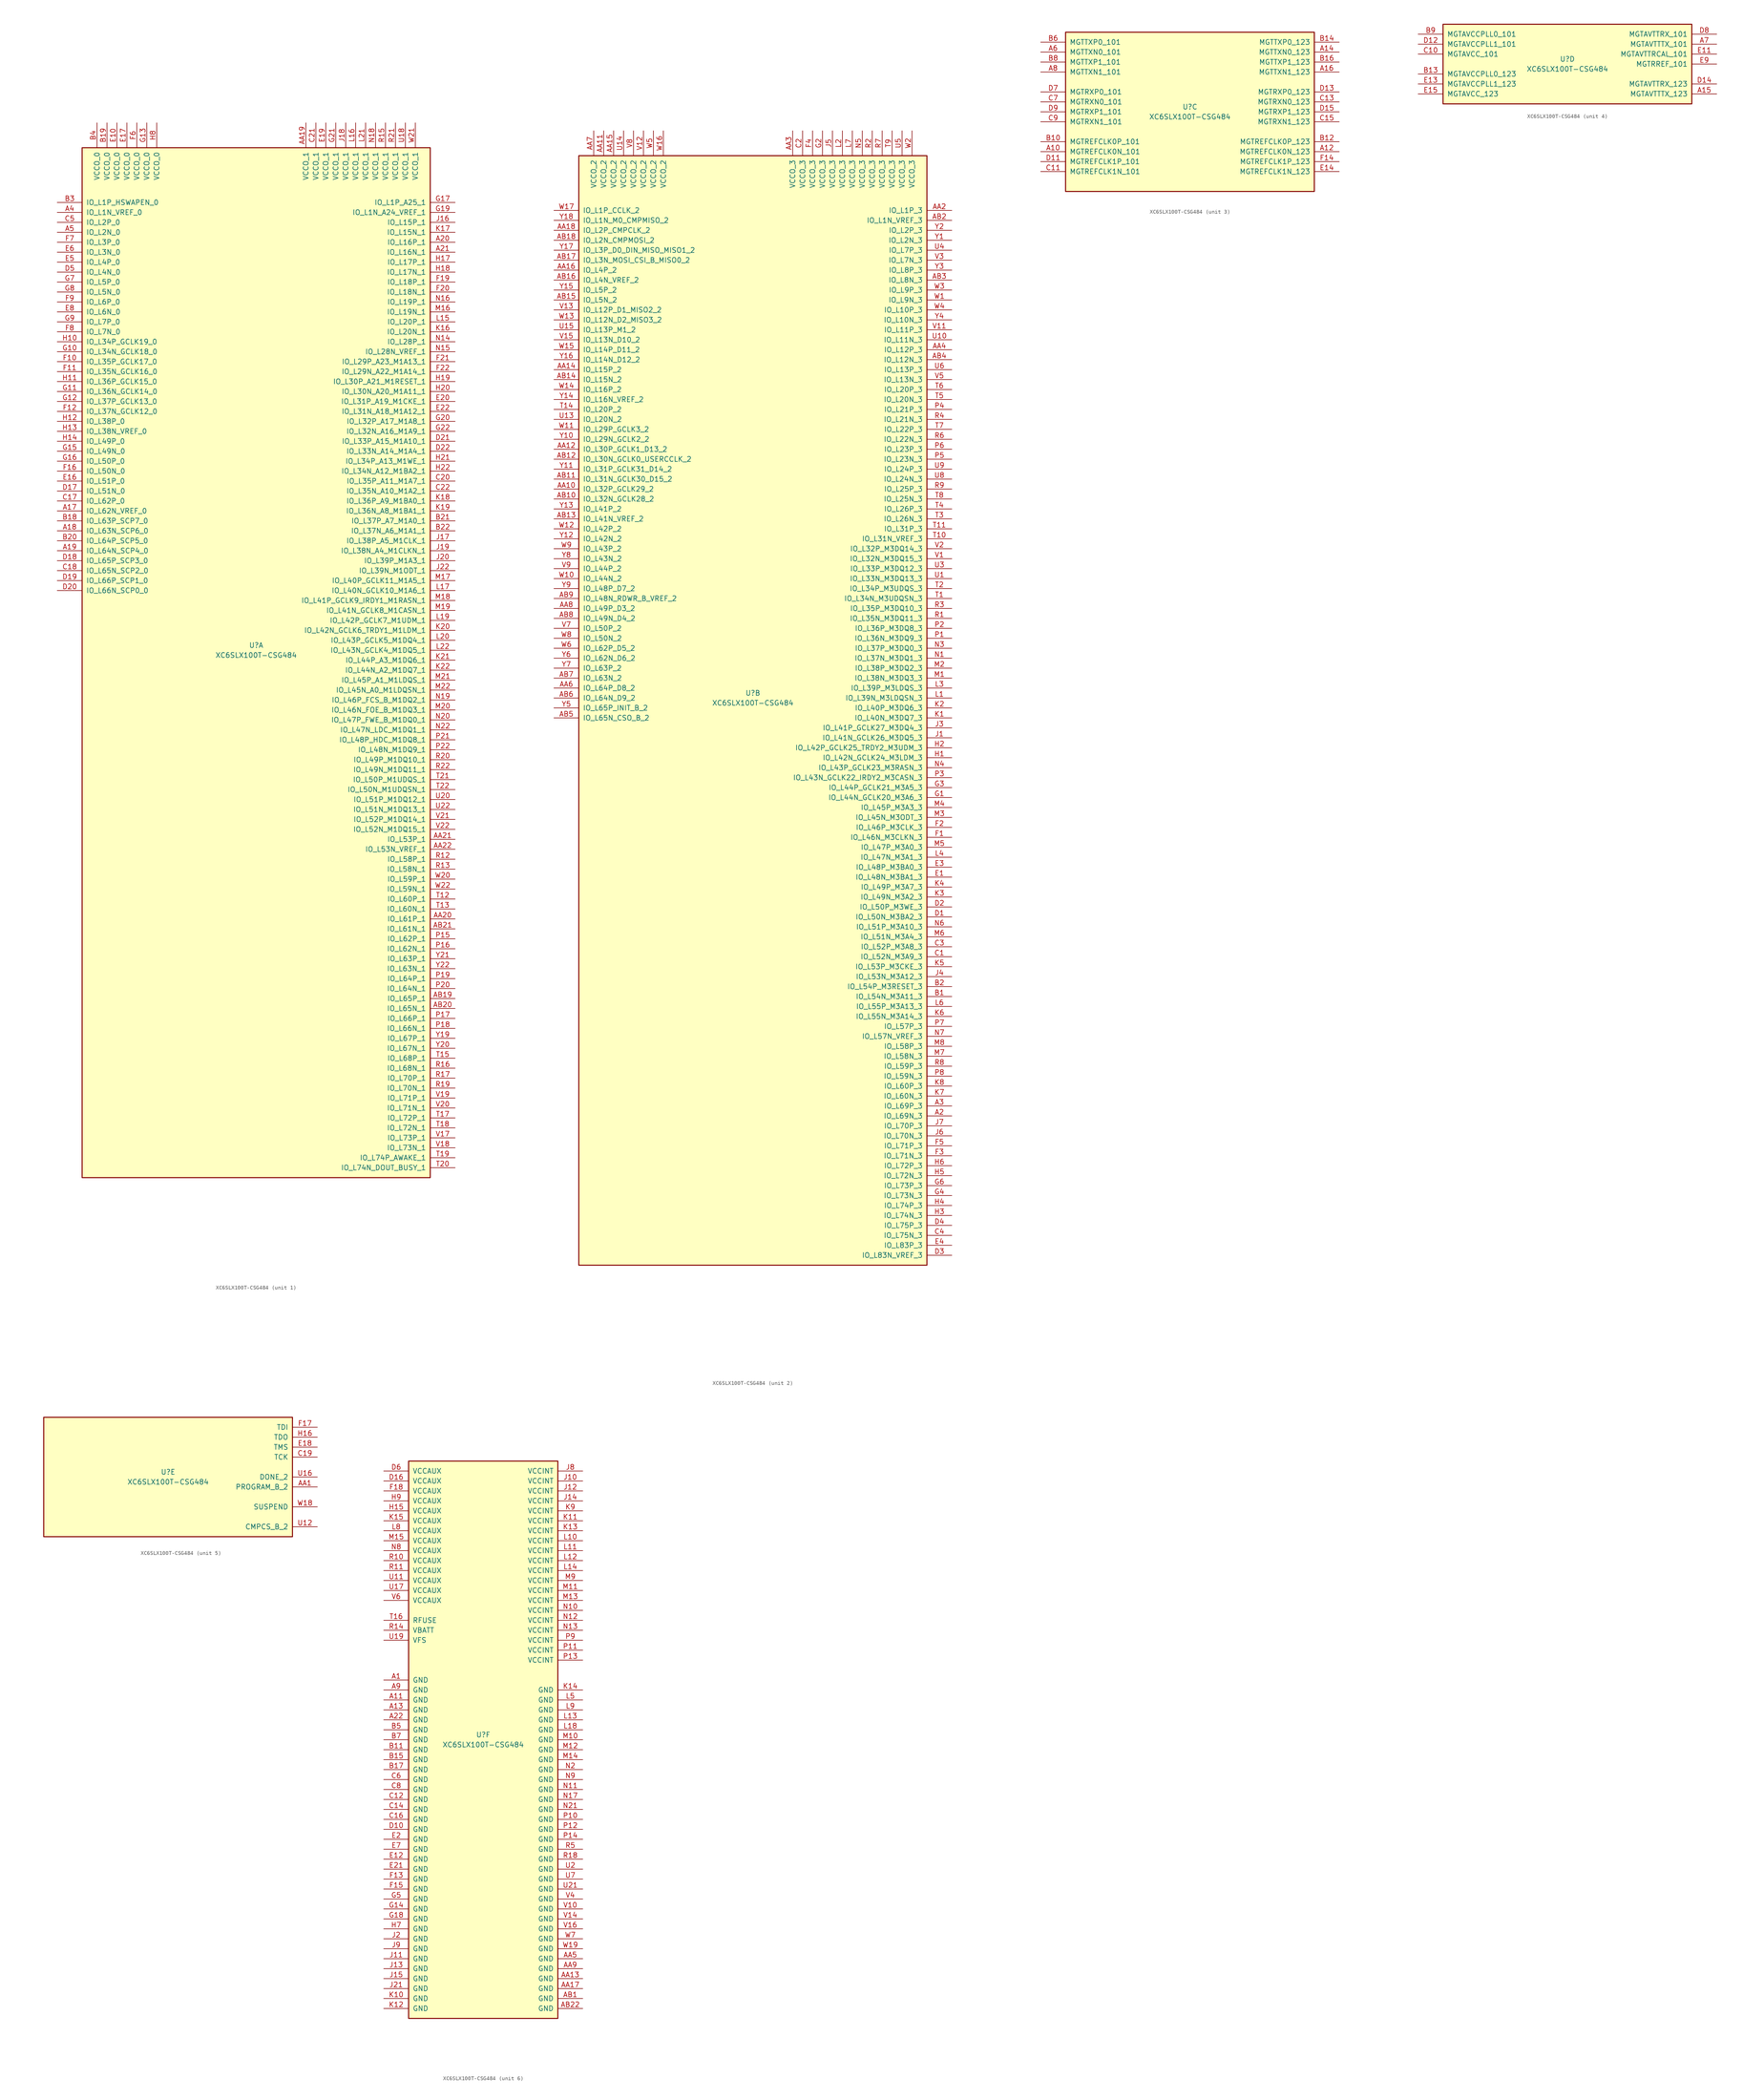
<source format=kicad_sym>
(kicad_symbol_lib
  (version 20201005)
  (generator kicad_symbol_editor)
  (symbol "XC6SLX100T-CSG484"
    (pin_names
      (offset 1.016))
    (property "Reference" "U"
      (at 0 1.27 0)
      (effects (font (size 1.27 1.27))))
    (property "Value" "XC6SLX100T-CSG484"
      (at 0 -1.27 0)
      (effects (font (size 1.27 1.27))))
    (property "Datasheet" ""
      (at 0 0 0)
      (effects (font (size 1.27 1.27))))
    (property "ki_locked" ""
      (at 0 0 0)
      (effects (font (size 1.27 1.27))))
    (symbol "XC6SLX100T-CSG484_1_1"
      (rectangle (start -44.45 128.27) (end 44.45 -134.62) (stroke (width 0.254)) (fill (type background)))
      (pin bidirectional line (at -50.8 35.56 0) (length 6.35) (name "IO_L62N_VREF_0" (effects (font (size 1.27 1.27)))) (number "A17" (effects (font (size 1.27 1.27)))))
      (pin bidirectional line (at -50.8 30.48 0) (length 6.35) (name "IO_L63N_SCP6_0" (effects (font (size 1.27 1.27)))) (number "A18" (effects (font (size 1.27 1.27)))))
      (pin bidirectional line (at -50.8 25.4 0) (length 6.35) (name "IO_L64N_SCP4_0" (effects (font (size 1.27 1.27)))) (number "A19" (effects (font (size 1.27 1.27)))))
      (pin bidirectional line (at 50.8 104.14 180) (length 6.35) (name "IO_L16P_1" (effects (font (size 1.27 1.27)))) (number "A20" (effects (font (size 1.27 1.27)))))
      (pin bidirectional line (at 50.8 101.6 180) (length 6.35) (name "IO_L16N_1" (effects (font (size 1.27 1.27)))) (number "A21" (effects (font (size 1.27 1.27)))))
      (pin bidirectional line (at -50.8 111.76 0) (length 6.35) (name "IO_L1N_VREF_0" (effects (font (size 1.27 1.27)))) (number "A4" (effects (font (size 1.27 1.27)))))
      (pin bidirectional line (at -50.8 106.68 0) (length 6.35) (name "IO_L2N_0" (effects (font (size 1.27 1.27)))) (number "A5" (effects (font (size 1.27 1.27)))))
      (pin power_in line (at 12.7 134.62 270) (length 6.35) (name "VCCO_1" (effects (font (size 1.27 1.27)))) (number "AA19" (effects (font (size 1.27 1.27)))))
      (pin bidirectional line (at 50.8 -68.58 180) (length 6.35) (name "IO_L61P_1" (effects (font (size 1.27 1.27)))) (number "AA20" (effects (font (size 1.27 1.27)))))
      (pin bidirectional line (at 50.8 -48.26 180) (length 6.35) (name "IO_L53P_1" (effects (font (size 1.27 1.27)))) (number "AA21" (effects (font (size 1.27 1.27)))))
      (pin bidirectional line (at 50.8 -50.8 180) (length 6.35) (name "IO_L53N_VREF_1" (effects (font (size 1.27 1.27)))) (number "AA22" (effects (font (size 1.27 1.27)))))
      (pin bidirectional line (at 50.8 -88.9 180) (length 6.35) (name "IO_L65P_1" (effects (font (size 1.27 1.27)))) (number "AB19" (effects (font (size 1.27 1.27)))))
      (pin bidirectional line (at 50.8 -91.44 180) (length 6.35) (name "IO_L65N_1" (effects (font (size 1.27 1.27)))) (number "AB20" (effects (font (size 1.27 1.27)))))
      (pin bidirectional line (at 50.8 -71.12 180) (length 6.35) (name "IO_L61N_1" (effects (font (size 1.27 1.27)))) (number "AB21" (effects (font (size 1.27 1.27)))))
      (pin bidirectional line (at -50.8 33.02 0) (length 6.35) (name "IO_L63P_SCP7_0" (effects (font (size 1.27 1.27)))) (number "B18" (effects (font (size 1.27 1.27)))))
      (pin power_in line (at -38.1 134.62 270) (length 6.35) (name "VCCO_0" (effects (font (size 1.27 1.27)))) (number "B19" (effects (font (size 1.27 1.27)))))
      (pin bidirectional line (at -50.8 27.94 0) (length 6.35) (name "IO_L64P_SCP5_0" (effects (font (size 1.27 1.27)))) (number "B20" (effects (font (size 1.27 1.27)))))
      (pin bidirectional line (at 50.8 33.02 180) (length 6.35) (name "IO_L37P_A7_M1A0_1" (effects (font (size 1.27 1.27)))) (number "B21" (effects (font (size 1.27 1.27)))))
      (pin bidirectional line (at 50.8 30.48 180) (length 6.35) (name "IO_L37N_A6_M1A1_1" (effects (font (size 1.27 1.27)))) (number "B22" (effects (font (size 1.27 1.27)))))
      (pin bidirectional line (at -50.8 114.3 0) (length 6.35) (name "IO_L1P_HSWAPEN_0" (effects (font (size 1.27 1.27)))) (number "B3" (effects (font (size 1.27 1.27)))))
      (pin power_in line (at -40.64 134.62 270) (length 6.35) (name "VCCO_0" (effects (font (size 1.27 1.27)))) (number "B4" (effects (font (size 1.27 1.27)))))
      (pin bidirectional line (at -50.8 38.1 0) (length 6.35) (name "IO_L62P_0" (effects (font (size 1.27 1.27)))) (number "C17" (effects (font (size 1.27 1.27)))))
      (pin bidirectional line (at -50.8 20.32 0) (length 6.35) (name "IO_L65N_SCP2_0" (effects (font (size 1.27 1.27)))) (number "C18" (effects (font (size 1.27 1.27)))))
      (pin bidirectional line (at 50.8 43.18 180) (length 6.35) (name "IO_L35P_A11_M1A7_1" (effects (font (size 1.27 1.27)))) (number "C20" (effects (font (size 1.27 1.27)))))
      (pin power_in line (at 15.24 134.62 270) (length 6.35) (name "VCCO_1" (effects (font (size 1.27 1.27)))) (number "C21" (effects (font (size 1.27 1.27)))))
      (pin bidirectional line (at 50.8 40.64 180) (length 6.35) (name "IO_L35N_A10_M1A2_1" (effects (font (size 1.27 1.27)))) (number "C22" (effects (font (size 1.27 1.27)))))
      (pin bidirectional line (at -50.8 109.22 0) (length 6.35) (name "IO_L2P_0" (effects (font (size 1.27 1.27)))) (number "C5" (effects (font (size 1.27 1.27)))))
      (pin bidirectional line (at -50.8 40.64 0) (length 6.35) (name "IO_L51N_0" (effects (font (size 1.27 1.27)))) (number "D17" (effects (font (size 1.27 1.27)))))
      (pin bidirectional line (at -50.8 22.86 0) (length 6.35) (name "IO_L65P_SCP3_0" (effects (font (size 1.27 1.27)))) (number "D18" (effects (font (size 1.27 1.27)))))
      (pin bidirectional line (at -50.8 17.78 0) (length 6.35) (name "IO_L66P_SCP1_0" (effects (font (size 1.27 1.27)))) (number "D19" (effects (font (size 1.27 1.27)))))
      (pin bidirectional line (at -50.8 15.24 0) (length 6.35) (name "IO_L66N_SCP0_0" (effects (font (size 1.27 1.27)))) (number "D20" (effects (font (size 1.27 1.27)))))
      (pin bidirectional line (at 50.8 53.34 180) (length 6.35) (name "IO_L33P_A15_M1A10_1" (effects (font (size 1.27 1.27)))) (number "D21" (effects (font (size 1.27 1.27)))))
      (pin bidirectional line (at 50.8 50.8 180) (length 6.35) (name "IO_L33N_A14_M1A4_1" (effects (font (size 1.27 1.27)))) (number "D22" (effects (font (size 1.27 1.27)))))
      (pin bidirectional line (at -50.8 96.52 0) (length 6.35) (name "IO_L4N_0" (effects (font (size 1.27 1.27)))) (number "D5" (effects (font (size 1.27 1.27)))))
      (pin power_in line (at -35.56 134.62 270) (length 6.35) (name "VCCO_0" (effects (font (size 1.27 1.27)))) (number "E10" (effects (font (size 1.27 1.27)))))
      (pin bidirectional line (at -50.8 43.18 0) (length 6.35) (name "IO_L51P_0" (effects (font (size 1.27 1.27)))) (number "E16" (effects (font (size 1.27 1.27)))))
      (pin power_in line (at -33.02 134.62 270) (length 6.35) (name "VCCO_0" (effects (font (size 1.27 1.27)))) (number "E17" (effects (font (size 1.27 1.27)))))
      (pin power_in line (at 17.78 134.62 270) (length 6.35) (name "VCCO_1" (effects (font (size 1.27 1.27)))) (number "E19" (effects (font (size 1.27 1.27)))))
      (pin bidirectional line (at 50.8 63.5 180) (length 6.35) (name "IO_L31P_A19_M1CKE_1" (effects (font (size 1.27 1.27)))) (number "E20" (effects (font (size 1.27 1.27)))))
      (pin bidirectional line (at 50.8 60.96 180) (length 6.35) (name "IO_L31N_A18_M1A12_1" (effects (font (size 1.27 1.27)))) (number "E22" (effects (font (size 1.27 1.27)))))
      (pin bidirectional line (at -50.8 99.06 0) (length 6.35) (name "IO_L4P_0" (effects (font (size 1.27 1.27)))) (number "E5" (effects (font (size 1.27 1.27)))))
      (pin bidirectional line (at -50.8 101.6 0) (length 6.35) (name "IO_L3N_0" (effects (font (size 1.27 1.27)))) (number "E6" (effects (font (size 1.27 1.27)))))
      (pin bidirectional line (at -50.8 86.36 0) (length 6.35) (name "IO_L6N_0" (effects (font (size 1.27 1.27)))) (number "E8" (effects (font (size 1.27 1.27)))))
      (pin bidirectional line (at -50.8 73.66 0) (length 6.35) (name "IO_L35P_GCLK17_0" (effects (font (size 1.27 1.27)))) (number "F10" (effects (font (size 1.27 1.27)))))
      (pin bidirectional line (at -50.8 71.12 0) (length 6.35) (name "IO_L35N_GCLK16_0" (effects (font (size 1.27 1.27)))) (number "F11" (effects (font (size 1.27 1.27)))))
      (pin bidirectional line (at -50.8 60.96 0) (length 6.35) (name "IO_L37N_GCLK12_0" (effects (font (size 1.27 1.27)))) (number "F12" (effects (font (size 1.27 1.27)))))
      (pin bidirectional line (at -50.8 45.72 0) (length 6.35) (name "IO_L50N_0" (effects (font (size 1.27 1.27)))) (number "F16" (effects (font (size 1.27 1.27)))))
      (pin bidirectional line (at 50.8 93.98 180) (length 6.35) (name "IO_L18P_1" (effects (font (size 1.27 1.27)))) (number "F19" (effects (font (size 1.27 1.27)))))
      (pin bidirectional line (at 50.8 91.44 180) (length 6.35) (name "IO_L18N_1" (effects (font (size 1.27 1.27)))) (number "F20" (effects (font (size 1.27 1.27)))))
      (pin bidirectional line (at 50.8 73.66 180) (length 6.35) (name "IO_L29P_A23_M1A13_1" (effects (font (size 1.27 1.27)))) (number "F21" (effects (font (size 1.27 1.27)))))
      (pin bidirectional line (at 50.8 71.12 180) (length 6.35) (name "IO_L29N_A22_M1A14_1" (effects (font (size 1.27 1.27)))) (number "F22" (effects (font (size 1.27 1.27)))))
      (pin power_in line (at -30.48 134.62 270) (length 6.35) (name "VCCO_0" (effects (font (size 1.27 1.27)))) (number "F6" (effects (font (size 1.27 1.27)))))
      (pin bidirectional line (at -50.8 104.14 0) (length 6.35) (name "IO_L3P_0" (effects (font (size 1.27 1.27)))) (number "F7" (effects (font (size 1.27 1.27)))))
      (pin bidirectional line (at -50.8 81.28 0) (length 6.35) (name "IO_L7N_0" (effects (font (size 1.27 1.27)))) (number "F8" (effects (font (size 1.27 1.27)))))
      (pin bidirectional line (at -50.8 88.9 0) (length 6.35) (name "IO_L6P_0" (effects (font (size 1.27 1.27)))) (number "F9" (effects (font (size 1.27 1.27)))))
      (pin bidirectional line (at -50.8 76.2 0) (length 6.35) (name "IO_L34N_GCLK18_0" (effects (font (size 1.27 1.27)))) (number "G10" (effects (font (size 1.27 1.27)))))
      (pin bidirectional line (at -50.8 66.04 0) (length 6.35) (name "IO_L36N_GCLK14_0" (effects (font (size 1.27 1.27)))) (number "G11" (effects (font (size 1.27 1.27)))))
      (pin bidirectional line (at -50.8 63.5 0) (length 6.35) (name "IO_L37P_GCLK13_0" (effects (font (size 1.27 1.27)))) (number "G12" (effects (font (size 1.27 1.27)))))
      (pin power_in line (at -27.94 134.62 270) (length 6.35) (name "VCCO_0" (effects (font (size 1.27 1.27)))) (number "G13" (effects (font (size 1.27 1.27)))))
      (pin bidirectional line (at -50.8 50.8 0) (length 6.35) (name "IO_L49N_0" (effects (font (size 1.27 1.27)))) (number "G15" (effects (font (size 1.27 1.27)))))
      (pin bidirectional line (at -50.8 48.26 0) (length 6.35) (name "IO_L50P_0" (effects (font (size 1.27 1.27)))) (number "G16" (effects (font (size 1.27 1.27)))))
      (pin bidirectional line (at 50.8 114.3 180) (length 6.35) (name "IO_L1P_A25_1" (effects (font (size 1.27 1.27)))) (number "G17" (effects (font (size 1.27 1.27)))))
      (pin bidirectional line (at 50.8 111.76 180) (length 6.35) (name "IO_L1N_A24_VREF_1" (effects (font (size 1.27 1.27)))) (number "G19" (effects (font (size 1.27 1.27)))))
      (pin bidirectional line (at 50.8 58.42 180) (length 6.35) (name "IO_L32P_A17_M1A8_1" (effects (font (size 1.27 1.27)))) (number "G20" (effects (font (size 1.27 1.27)))))
      (pin power_in line (at 20.32 134.62 270) (length 6.35) (name "VCCO_1" (effects (font (size 1.27 1.27)))) (number "G21" (effects (font (size 1.27 1.27)))))
      (pin bidirectional line (at 50.8 55.88 180) (length 6.35) (name "IO_L32N_A16_M1A9_1" (effects (font (size 1.27 1.27)))) (number "G22" (effects (font (size 1.27 1.27)))))
      (pin bidirectional line (at -50.8 93.98 0) (length 6.35) (name "IO_L5P_0" (effects (font (size 1.27 1.27)))) (number "G7" (effects (font (size 1.27 1.27)))))
      (pin bidirectional line (at -50.8 91.44 0) (length 6.35) (name "IO_L5N_0" (effects (font (size 1.27 1.27)))) (number "G8" (effects (font (size 1.27 1.27)))))
      (pin bidirectional line (at -50.8 83.82 0) (length 6.35) (name "IO_L7P_0" (effects (font (size 1.27 1.27)))) (number "G9" (effects (font (size 1.27 1.27)))))
      (pin bidirectional line (at -50.8 78.74 0) (length 6.35) (name "IO_L34P_GCLK19_0" (effects (font (size 1.27 1.27)))) (number "H10" (effects (font (size 1.27 1.27)))))
      (pin bidirectional line (at -50.8 68.58 0) (length 6.35) (name "IO_L36P_GCLK15_0" (effects (font (size 1.27 1.27)))) (number "H11" (effects (font (size 1.27 1.27)))))
      (pin bidirectional line (at -50.8 58.42 0) (length 6.35) (name "IO_L38P_0" (effects (font (size 1.27 1.27)))) (number "H12" (effects (font (size 1.27 1.27)))))
      (pin bidirectional line (at -50.8 55.88 0) (length 6.35) (name "IO_L38N_VREF_0" (effects (font (size 1.27 1.27)))) (number "H13" (effects (font (size 1.27 1.27)))))
      (pin bidirectional line (at -50.8 53.34 0) (length 6.35) (name "IO_L49P_0" (effects (font (size 1.27 1.27)))) (number "H14" (effects (font (size 1.27 1.27)))))
      (pin bidirectional line (at 50.8 99.06 180) (length 6.35) (name "IO_L17P_1" (effects (font (size 1.27 1.27)))) (number "H17" (effects (font (size 1.27 1.27)))))
      (pin bidirectional line (at 50.8 96.52 180) (length 6.35) (name "IO_L17N_1" (effects (font (size 1.27 1.27)))) (number "H18" (effects (font (size 1.27 1.27)))))
      (pin bidirectional line (at 50.8 68.58 180) (length 6.35) (name "IO_L30P_A21_M1RESET_1" (effects (font (size 1.27 1.27)))) (number "H19" (effects (font (size 1.27 1.27)))))
      (pin bidirectional line (at 50.8 66.04 180) (length 6.35) (name "IO_L30N_A20_M1A11_1" (effects (font (size 1.27 1.27)))) (number "H20" (effects (font (size 1.27 1.27)))))
      (pin bidirectional line (at 50.8 48.26 180) (length 6.35) (name "IO_L34P_A13_M1WE_1" (effects (font (size 1.27 1.27)))) (number "H21" (effects (font (size 1.27 1.27)))))
      (pin bidirectional line (at 50.8 45.72 180) (length 6.35) (name "IO_L34N_A12_M1BA2_1" (effects (font (size 1.27 1.27)))) (number "H22" (effects (font (size 1.27 1.27)))))
      (pin power_in line (at -25.4 134.62 270) (length 6.35) (name "VCCO_0" (effects (font (size 1.27 1.27)))) (number "H8" (effects (font (size 1.27 1.27)))))
      (pin bidirectional line (at 50.8 109.22 180) (length 6.35) (name "IO_L15P_1" (effects (font (size 1.27 1.27)))) (number "J16" (effects (font (size 1.27 1.27)))))
      (pin bidirectional line (at 50.8 27.94 180) (length 6.35) (name "IO_L38P_A5_M1CLK_1" (effects (font (size 1.27 1.27)))) (number "J17" (effects (font (size 1.27 1.27)))))
      (pin power_in line (at 22.86 134.62 270) (length 6.35) (name "VCCO_1" (effects (font (size 1.27 1.27)))) (number "J18" (effects (font (size 1.27 1.27)))))
      (pin bidirectional line (at 50.8 25.4 180) (length 6.35) (name "IO_L38N_A4_M1CLKN_1" (effects (font (size 1.27 1.27)))) (number "J19" (effects (font (size 1.27 1.27)))))
      (pin bidirectional line (at 50.8 22.86 180) (length 6.35) (name "IO_L39P_M1A3_1" (effects (font (size 1.27 1.27)))) (number "J20" (effects (font (size 1.27 1.27)))))
      (pin bidirectional line (at 50.8 20.32 180) (length 6.35) (name "IO_L39N_M1ODT_1" (effects (font (size 1.27 1.27)))) (number "J22" (effects (font (size 1.27 1.27)))))
      (pin bidirectional line (at 50.8 81.28 180) (length 6.35) (name "IO_L20N_1" (effects (font (size 1.27 1.27)))) (number "K16" (effects (font (size 1.27 1.27)))))
      (pin bidirectional line (at 50.8 106.68 180) (length 6.35) (name "IO_L15N_1" (effects (font (size 1.27 1.27)))) (number "K17" (effects (font (size 1.27 1.27)))))
      (pin bidirectional line (at 50.8 38.1 180) (length 6.35) (name "IO_L36P_A9_M1BA0_1" (effects (font (size 1.27 1.27)))) (number "K18" (effects (font (size 1.27 1.27)))))
      (pin bidirectional line (at 50.8 35.56 180) (length 6.35) (name "IO_L36N_A8_M1BA1_1" (effects (font (size 1.27 1.27)))) (number "K19" (effects (font (size 1.27 1.27)))))
      (pin bidirectional line (at 50.8 5.08 180) (length 6.35) (name "IO_L42N_GCLK6_TRDY1_M1LDM_1" (effects (font (size 1.27 1.27)))) (number "K20" (effects (font (size 1.27 1.27)))))
      (pin bidirectional line (at 50.8 -2.54 180) (length 6.35) (name "IO_L44P_A3_M1DQ6_1" (effects (font (size 1.27 1.27)))) (number "K21" (effects (font (size 1.27 1.27)))))
      (pin bidirectional line (at 50.8 -5.08 180) (length 6.35) (name "IO_L44N_A2_M1DQ7_1" (effects (font (size 1.27 1.27)))) (number "K22" (effects (font (size 1.27 1.27)))))
      (pin bidirectional line (at 50.8 83.82 180) (length 6.35) (name "IO_L20P_1" (effects (font (size 1.27 1.27)))) (number "L15" (effects (font (size 1.27 1.27)))))
      (pin power_in line (at 25.4 134.62 270) (length 6.35) (name "VCCO_1" (effects (font (size 1.27 1.27)))) (number "L16" (effects (font (size 1.27 1.27)))))
      (pin bidirectional line (at 50.8 15.24 180) (length 6.35) (name "IO_L40N_GCLK10_M1A6_1" (effects (font (size 1.27 1.27)))) (number "L17" (effects (font (size 1.27 1.27)))))
      (pin bidirectional line (at 50.8 7.62 180) (length 6.35) (name "IO_L42P_GCLK7_M1UDM_1" (effects (font (size 1.27 1.27)))) (number "L19" (effects (font (size 1.27 1.27)))))
      (pin bidirectional line (at 50.8 2.54 180) (length 6.35) (name "IO_L43P_GCLK5_M1DQ4_1" (effects (font (size 1.27 1.27)))) (number "L20" (effects (font (size 1.27 1.27)))))
      (pin power_in line (at 27.94 134.62 270) (length 6.35) (name "VCCO_1" (effects (font (size 1.27 1.27)))) (number "L21" (effects (font (size 1.27 1.27)))))
      (pin bidirectional line (at 50.8 0 180) (length 6.35) (name "IO_L43N_GCLK4_M1DQ5_1" (effects (font (size 1.27 1.27)))) (number "L22" (effects (font (size 1.27 1.27)))))
      (pin bidirectional line (at 50.8 86.36 180) (length 6.35) (name "IO_L19N_1" (effects (font (size 1.27 1.27)))) (number "M16" (effects (font (size 1.27 1.27)))))
      (pin bidirectional line (at 50.8 17.78 180) (length 6.35) (name "IO_L40P_GCLK11_M1A5_1" (effects (font (size 1.27 1.27)))) (number "M17" (effects (font (size 1.27 1.27)))))
      (pin bidirectional line (at 50.8 12.7 180) (length 6.35) (name "IO_L41P_GCLK9_IRDY1_M1RASN_1" (effects (font (size 1.27 1.27)))) (number "M18" (effects (font (size 1.27 1.27)))))
      (pin bidirectional line (at 50.8 10.16 180) (length 6.35) (name "IO_L41N_GCLK8_M1CASN_1" (effects (font (size 1.27 1.27)))) (number "M19" (effects (font (size 1.27 1.27)))))
      (pin bidirectional line (at 50.8 -15.24 180) (length 6.35) (name "IO_L46N_FOE_B_M1DQ3_1" (effects (font (size 1.27 1.27)))) (number "M20" (effects (font (size 1.27 1.27)))))
      (pin bidirectional line (at 50.8 -7.62 180) (length 6.35) (name "IO_L45P_A1_M1LDQS_1" (effects (font (size 1.27 1.27)))) (number "M21" (effects (font (size 1.27 1.27)))))
      (pin bidirectional line (at 50.8 -10.16 180) (length 6.35) (name "IO_L45N_A0_M1LDQSN_1" (effects (font (size 1.27 1.27)))) (number "M22" (effects (font (size 1.27 1.27)))))
      (pin bidirectional line (at 50.8 78.74 180) (length 6.35) (name "IO_L28P_1" (effects (font (size 1.27 1.27)))) (number "N14" (effects (font (size 1.27 1.27)))))
      (pin bidirectional line (at 50.8 76.2 180) (length 6.35) (name "IO_L28N_VREF_1" (effects (font (size 1.27 1.27)))) (number "N15" (effects (font (size 1.27 1.27)))))
      (pin bidirectional line (at 50.8 88.9 180) (length 6.35) (name "IO_L19P_1" (effects (font (size 1.27 1.27)))) (number "N16" (effects (font (size 1.27 1.27)))))
      (pin power_in line (at 30.48 134.62 270) (length 6.35) (name "VCCO_1" (effects (font (size 1.27 1.27)))) (number "N18" (effects (font (size 1.27 1.27)))))
      (pin bidirectional line (at 50.8 -12.7 180) (length 6.35) (name "IO_L46P_FCS_B_M1DQ2_1" (effects (font (size 1.27 1.27)))) (number "N19" (effects (font (size 1.27 1.27)))))
      (pin bidirectional line (at 50.8 -17.78 180) (length 6.35) (name "IO_L47P_FWE_B_M1DQ0_1" (effects (font (size 1.27 1.27)))) (number "N20" (effects (font (size 1.27 1.27)))))
      (pin bidirectional line (at 50.8 -20.32 180) (length 6.35) (name "IO_L47N_LDC_M1DQ1_1" (effects (font (size 1.27 1.27)))) (number "N22" (effects (font (size 1.27 1.27)))))
      (pin bidirectional line (at 50.8 -73.66 180) (length 6.35) (name "IO_L62P_1" (effects (font (size 1.27 1.27)))) (number "P15" (effects (font (size 1.27 1.27)))))
      (pin bidirectional line (at 50.8 -76.2 180) (length 6.35) (name "IO_L62N_1" (effects (font (size 1.27 1.27)))) (number "P16" (effects (font (size 1.27 1.27)))))
      (pin bidirectional line (at 50.8 -93.98 180) (length 6.35) (name "IO_L66P_1" (effects (font (size 1.27 1.27)))) (number "P17" (effects (font (size 1.27 1.27)))))
      (pin bidirectional line (at 50.8 -96.52 180) (length 6.35) (name "IO_L66N_1" (effects (font (size 1.27 1.27)))) (number "P18" (effects (font (size 1.27 1.27)))))
      (pin bidirectional line (at 50.8 -83.82 180) (length 6.35) (name "IO_L64P_1" (effects (font (size 1.27 1.27)))) (number "P19" (effects (font (size 1.27 1.27)))))
      (pin bidirectional line (at 50.8 -86.36 180) (length 6.35) (name "IO_L64N_1" (effects (font (size 1.27 1.27)))) (number "P20" (effects (font (size 1.27 1.27)))))
      (pin bidirectional line (at 50.8 -22.86 180) (length 6.35) (name "IO_L48P_HDC_M1DQ8_1" (effects (font (size 1.27 1.27)))) (number "P21" (effects (font (size 1.27 1.27)))))
      (pin bidirectional line (at 50.8 -25.4 180) (length 6.35) (name "IO_L48N_M1DQ9_1" (effects (font (size 1.27 1.27)))) (number "P22" (effects (font (size 1.27 1.27)))))
      (pin bidirectional line (at 50.8 -53.34 180) (length 6.35) (name "IO_L58P_1" (effects (font (size 1.27 1.27)))) (number "R12" (effects (font (size 1.27 1.27)))))
      (pin bidirectional line (at 50.8 -55.88 180) (length 6.35) (name "IO_L58N_1" (effects (font (size 1.27 1.27)))) (number "R13" (effects (font (size 1.27 1.27)))))
      (pin power_in line (at 33.02 134.62 270) (length 6.35) (name "VCCO_1" (effects (font (size 1.27 1.27)))) (number "R15" (effects (font (size 1.27 1.27)))))
      (pin bidirectional line (at 50.8 -106.68 180) (length 6.35) (name "IO_L68N_1" (effects (font (size 1.27 1.27)))) (number "R16" (effects (font (size 1.27 1.27)))))
      (pin bidirectional line (at 50.8 -109.22 180) (length 6.35) (name "IO_L70P_1" (effects (font (size 1.27 1.27)))) (number "R17" (effects (font (size 1.27 1.27)))))
      (pin bidirectional line (at 50.8 -111.76 180) (length 6.35) (name "IO_L70N_1" (effects (font (size 1.27 1.27)))) (number "R19" (effects (font (size 1.27 1.27)))))
      (pin bidirectional line (at 50.8 -27.94 180) (length 6.35) (name "IO_L49P_M1DQ10_1" (effects (font (size 1.27 1.27)))) (number "R20" (effects (font (size 1.27 1.27)))))
      (pin power_in line (at 35.56 134.62 270) (length 6.35) (name "VCCO_1" (effects (font (size 1.27 1.27)))) (number "R21" (effects (font (size 1.27 1.27)))))
      (pin bidirectional line (at 50.8 -30.48 180) (length 6.35) (name "IO_L49N_M1DQ11_1" (effects (font (size 1.27 1.27)))) (number "R22" (effects (font (size 1.27 1.27)))))
      (pin bidirectional line (at 50.8 -63.5 180) (length 6.35) (name "IO_L60P_1" (effects (font (size 1.27 1.27)))) (number "T12" (effects (font (size 1.27 1.27)))))
      (pin bidirectional line (at 50.8 -66.04 180) (length 6.35) (name "IO_L60N_1" (effects (font (size 1.27 1.27)))) (number "T13" (effects (font (size 1.27 1.27)))))
      (pin bidirectional line (at 50.8 -104.14 180) (length 6.35) (name "IO_L68P_1" (effects (font (size 1.27 1.27)))) (number "T15" (effects (font (size 1.27 1.27)))))
      (pin bidirectional line (at 50.8 -119.38 180) (length 6.35) (name "IO_L72P_1" (effects (font (size 1.27 1.27)))) (number "T17" (effects (font (size 1.27 1.27)))))
      (pin bidirectional line (at 50.8 -121.92 180) (length 6.35) (name "IO_L72N_1" (effects (font (size 1.27 1.27)))) (number "T18" (effects (font (size 1.27 1.27)))))
      (pin bidirectional line (at 50.8 -129.54 180) (length 6.35) (name "IO_L74P_AWAKE_1" (effects (font (size 1.27 1.27)))) (number "T19" (effects (font (size 1.27 1.27)))))
      (pin bidirectional line (at 50.8 -132.08 180) (length 6.35) (name "IO_L74N_DOUT_BUSY_1" (effects (font (size 1.27 1.27)))) (number "T20" (effects (font (size 1.27 1.27)))))
      (pin bidirectional line (at 50.8 -33.02 180) (length 6.35) (name "IO_L50P_M1UDQS_1" (effects (font (size 1.27 1.27)))) (number "T21" (effects (font (size 1.27 1.27)))))
      (pin bidirectional line (at 50.8 -35.56 180) (length 6.35) (name "IO_L50N_M1UDQSN_1" (effects (font (size 1.27 1.27)))) (number "T22" (effects (font (size 1.27 1.27)))))
      (pin power_in line (at 38.1 134.62 270) (length 6.35) (name "VCCO_1" (effects (font (size 1.27 1.27)))) (number "U18" (effects (font (size 1.27 1.27)))))
      (pin bidirectional line (at 50.8 -38.1 180) (length 6.35) (name "IO_L51P_M1DQ12_1" (effects (font (size 1.27 1.27)))) (number "U20" (effects (font (size 1.27 1.27)))))
      (pin bidirectional line (at 50.8 -40.64 180) (length 6.35) (name "IO_L51N_M1DQ13_1" (effects (font (size 1.27 1.27)))) (number "U22" (effects (font (size 1.27 1.27)))))
      (pin bidirectional line (at 50.8 -124.46 180) (length 6.35) (name "IO_L73P_1" (effects (font (size 1.27 1.27)))) (number "V17" (effects (font (size 1.27 1.27)))))
      (pin bidirectional line (at 50.8 -127 180) (length 6.35) (name "IO_L73N_1" (effects (font (size 1.27 1.27)))) (number "V18" (effects (font (size 1.27 1.27)))))
      (pin bidirectional line (at 50.8 -114.3 180) (length 6.35) (name "IO_L71P_1" (effects (font (size 1.27 1.27)))) (number "V19" (effects (font (size 1.27 1.27)))))
      (pin bidirectional line (at 50.8 -116.84 180) (length 6.35) (name "IO_L71N_1" (effects (font (size 1.27 1.27)))) (number "V20" (effects (font (size 1.27 1.27)))))
      (pin bidirectional line (at 50.8 -43.18 180) (length 6.35) (name "IO_L52P_M1DQ14_1" (effects (font (size 1.27 1.27)))) (number "V21" (effects (font (size 1.27 1.27)))))
      (pin bidirectional line (at 50.8 -45.72 180) (length 6.35) (name "IO_L52N_M1DQ15_1" (effects (font (size 1.27 1.27)))) (number "V22" (effects (font (size 1.27 1.27)))))
      (pin bidirectional line (at 50.8 -58.42 180) (length 6.35) (name "IO_L59P_1" (effects (font (size 1.27 1.27)))) (number "W20" (effects (font (size 1.27 1.27)))))
      (pin power_in line (at 40.64 134.62 270) (length 6.35) (name "VCCO_1" (effects (font (size 1.27 1.27)))) (number "W21" (effects (font (size 1.27 1.27)))))
      (pin bidirectional line (at 50.8 -60.96 180) (length 6.35) (name "IO_L59N_1" (effects (font (size 1.27 1.27)))) (number "W22" (effects (font (size 1.27 1.27)))))
      (pin bidirectional line (at 50.8 -99.06 180) (length 6.35) (name "IO_L67P_1" (effects (font (size 1.27 1.27)))) (number "Y19" (effects (font (size 1.27 1.27)))))
      (pin bidirectional line (at 50.8 -101.6 180) (length 6.35) (name "IO_L67N_1" (effects (font (size 1.27 1.27)))) (number "Y20" (effects (font (size 1.27 1.27)))))
      (pin bidirectional line (at 50.8 -78.74 180) (length 6.35) (name "IO_L63P_1" (effects (font (size 1.27 1.27)))) (number "Y21" (effects (font (size 1.27 1.27)))))
      (pin bidirectional line (at 50.8 -81.28 180) (length 6.35) (name "IO_L63N_1" (effects (font (size 1.27 1.27)))) (number "Y22" (effects (font (size 1.27 1.27))))))
    (symbol "XC6SLX100T-CSG484_2_1"
      (rectangle (start -44.45 138.43) (end 44.45 -144.78) (stroke (width 0.254)) (fill (type background)))
      (pin bidirectional line (at 50.8 -106.68 180) (length 6.35) (name "IO_L69N_3" (effects (font (size 1.27 1.27)))) (number "A2" (effects (font (size 1.27 1.27)))))
      (pin bidirectional line (at 50.8 -104.14 180) (length 6.35) (name "IO_L69P_3" (effects (font (size 1.27 1.27)))) (number "A3" (effects (font (size 1.27 1.27)))))
      (pin bidirectional line (at -50.8 53.34 0) (length 6.35) (name "IO_L32P_GCLK29_2" (effects (font (size 1.27 1.27)))) (number "AA10" (effects (font (size 1.27 1.27)))))
      (pin power_in line (at -38.1 144.78 270) (length 6.35) (name "VCCO_2" (effects (font (size 1.27 1.27)))) (number "AA11" (effects (font (size 1.27 1.27)))))
      (pin bidirectional line (at -50.8 63.5 0) (length 6.35) (name "IO_L30P_GCLK1_D13_2" (effects (font (size 1.27 1.27)))) (number "AA12" (effects (font (size 1.27 1.27)))))
      (pin bidirectional line (at -50.8 83.82 0) (length 6.35) (name "IO_L15P_2" (effects (font (size 1.27 1.27)))) (number "AA14" (effects (font (size 1.27 1.27)))))
      (pin power_in line (at -35.56 144.78 270) (length 6.35) (name "VCCO_2" (effects (font (size 1.27 1.27)))) (number "AA15" (effects (font (size 1.27 1.27)))))
      (pin bidirectional line (at -50.8 109.22 0) (length 6.35) (name "IO_L4P_2" (effects (font (size 1.27 1.27)))) (number "AA16" (effects (font (size 1.27 1.27)))))
      (pin bidirectional line (at -50.8 119.38 0) (length 6.35) (name "IO_L2P_CMPCLK_2" (effects (font (size 1.27 1.27)))) (number "AA18" (effects (font (size 1.27 1.27)))))
      (pin bidirectional line (at 50.8 124.46 180) (length 6.35) (name "IO_L1P_3" (effects (font (size 1.27 1.27)))) (number "AA2" (effects (font (size 1.27 1.27)))))
      (pin power_in line (at 10.16 144.78 270) (length 6.35) (name "VCCO_3" (effects (font (size 1.27 1.27)))) (number "AA3" (effects (font (size 1.27 1.27)))))
      (pin bidirectional line (at 50.8 88.9 180) (length 6.35) (name "IO_L12P_3" (effects (font (size 1.27 1.27)))) (number "AA4" (effects (font (size 1.27 1.27)))))
      (pin bidirectional line (at -50.8 2.54 0) (length 6.35) (name "IO_L64P_D8_2" (effects (font (size 1.27 1.27)))) (number "AA6" (effects (font (size 1.27 1.27)))))
      (pin power_in line (at -40.64 144.78 270) (length 6.35) (name "VCCO_2" (effects (font (size 1.27 1.27)))) (number "AA7" (effects (font (size 1.27 1.27)))))
      (pin bidirectional line (at -50.8 22.86 0) (length 6.35) (name "IO_L49P_D3_2" (effects (font (size 1.27 1.27)))) (number "AA8" (effects (font (size 1.27 1.27)))))
      (pin bidirectional line (at -50.8 50.8 0) (length 6.35) (name "IO_L32N_GCLK28_2" (effects (font (size 1.27 1.27)))) (number "AB10" (effects (font (size 1.27 1.27)))))
      (pin bidirectional line (at -50.8 55.88 0) (length 6.35) (name "IO_L31N_GCLK30_D15_2" (effects (font (size 1.27 1.27)))) (number "AB11" (effects (font (size 1.27 1.27)))))
      (pin bidirectional line (at -50.8 60.96 0) (length 6.35) (name "IO_L30N_GCLK0_USERCCLK_2" (effects (font (size 1.27 1.27)))) (number "AB12" (effects (font (size 1.27 1.27)))))
      (pin bidirectional line (at -50.8 45.72 0) (length 6.35) (name "IO_L41N_VREF_2" (effects (font (size 1.27 1.27)))) (number "AB13" (effects (font (size 1.27 1.27)))))
      (pin bidirectional line (at -50.8 81.28 0) (length 6.35) (name "IO_L15N_2" (effects (font (size 1.27 1.27)))) (number "AB14" (effects (font (size 1.27 1.27)))))
      (pin bidirectional line (at -50.8 101.6 0) (length 6.35) (name "IO_L5N_2" (effects (font (size 1.27 1.27)))) (number "AB15" (effects (font (size 1.27 1.27)))))
      (pin bidirectional line (at -50.8 106.68 0) (length 6.35) (name "IO_L4N_VREF_2" (effects (font (size 1.27 1.27)))) (number "AB16" (effects (font (size 1.27 1.27)))))
      (pin bidirectional line (at -50.8 111.76 0) (length 6.35) (name "IO_L3N_MOSI_CSI_B_MISO0_2" (effects (font (size 1.27 1.27)))) (number "AB17" (effects (font (size 1.27 1.27)))))
      (pin bidirectional line (at -50.8 116.84 0) (length 6.35) (name "IO_L2N_CMPMOSI_2" (effects (font (size 1.27 1.27)))) (number "AB18" (effects (font (size 1.27 1.27)))))
      (pin bidirectional line (at 50.8 121.92 180) (length 6.35) (name "IO_L1N_VREF_3" (effects (font (size 1.27 1.27)))) (number "AB2" (effects (font (size 1.27 1.27)))))
      (pin bidirectional line (at 50.8 106.68 180) (length 6.35) (name "IO_L8N_3" (effects (font (size 1.27 1.27)))) (number "AB3" (effects (font (size 1.27 1.27)))))
      (pin bidirectional line (at 50.8 86.36 180) (length 6.35) (name "IO_L12N_3" (effects (font (size 1.27 1.27)))) (number "AB4" (effects (font (size 1.27 1.27)))))
      (pin bidirectional line (at -50.8 -5.08 0) (length 6.35) (name "IO_L65N_CSO_B_2" (effects (font (size 1.27 1.27)))) (number "AB5" (effects (font (size 1.27 1.27)))))
      (pin bidirectional line (at -50.8 0 0) (length 6.35) (name "IO_L64N_D9_2" (effects (font (size 1.27 1.27)))) (number "AB6" (effects (font (size 1.27 1.27)))))
      (pin bidirectional line (at -50.8 5.08 0) (length 6.35) (name "IO_L63N_2" (effects (font (size 1.27 1.27)))) (number "AB7" (effects (font (size 1.27 1.27)))))
      (pin bidirectional line (at -50.8 20.32 0) (length 6.35) (name "IO_L49N_D4_2" (effects (font (size 1.27 1.27)))) (number "AB8" (effects (font (size 1.27 1.27)))))
      (pin bidirectional line (at -50.8 25.4 0) (length 6.35) (name "IO_L48N_RDWR_B_VREF_2" (effects (font (size 1.27 1.27)))) (number "AB9" (effects (font (size 1.27 1.27)))))
      (pin bidirectional line (at 50.8 -76.2 180) (length 6.35) (name "IO_L54N_M3A11_3" (effects (font (size 1.27 1.27)))) (number "B1" (effects (font (size 1.27 1.27)))))
      (pin bidirectional line (at 50.8 -73.66 180) (length 6.35) (name "IO_L54P_M3RESET_3" (effects (font (size 1.27 1.27)))) (number "B2" (effects (font (size 1.27 1.27)))))
      (pin bidirectional line (at 50.8 -66.04 180) (length 6.35) (name "IO_L52N_M3A9_3" (effects (font (size 1.27 1.27)))) (number "C1" (effects (font (size 1.27 1.27)))))
      (pin power_in line (at 12.7 144.78 270) (length 6.35) (name "VCCO_3" (effects (font (size 1.27 1.27)))) (number "C2" (effects (font (size 1.27 1.27)))))
      (pin bidirectional line (at 50.8 -63.5 180) (length 6.35) (name "IO_L52P_M3A8_3" (effects (font (size 1.27 1.27)))) (number "C3" (effects (font (size 1.27 1.27)))))
      (pin bidirectional line (at 50.8 -137.16 180) (length 6.35) (name "IO_L75N_3" (effects (font (size 1.27 1.27)))) (number "C4" (effects (font (size 1.27 1.27)))))
      (pin bidirectional line (at 50.8 -55.88 180) (length 6.35) (name "IO_L50N_M3BA2_3" (effects (font (size 1.27 1.27)))) (number "D1" (effects (font (size 1.27 1.27)))))
      (pin bidirectional line (at 50.8 -53.34 180) (length 6.35) (name "IO_L50P_M3WE_3" (effects (font (size 1.27 1.27)))) (number "D2" (effects (font (size 1.27 1.27)))))
      (pin bidirectional line (at 50.8 -142.24 180) (length 6.35) (name "IO_L83N_VREF_3" (effects (font (size 1.27 1.27)))) (number "D3" (effects (font (size 1.27 1.27)))))
      (pin bidirectional line (at 50.8 -134.62 180) (length 6.35) (name "IO_L75P_3" (effects (font (size 1.27 1.27)))) (number "D4" (effects (font (size 1.27 1.27)))))
      (pin bidirectional line (at 50.8 -45.72 180) (length 6.35) (name "IO_L48N_M3BA1_3" (effects (font (size 1.27 1.27)))) (number "E1" (effects (font (size 1.27 1.27)))))
      (pin bidirectional line (at 50.8 -43.18 180) (length 6.35) (name "IO_L48P_M3BA0_3" (effects (font (size 1.27 1.27)))) (number "E3" (effects (font (size 1.27 1.27)))))
      (pin bidirectional line (at 50.8 -139.7 180) (length 6.35) (name "IO_L83P_3" (effects (font (size 1.27 1.27)))) (number "E4" (effects (font (size 1.27 1.27)))))
      (pin bidirectional line (at 50.8 -35.56 180) (length 6.35) (name "IO_L46N_M3CLKN_3" (effects (font (size 1.27 1.27)))) (number "F1" (effects (font (size 1.27 1.27)))))
      (pin bidirectional line (at 50.8 -33.02 180) (length 6.35) (name "IO_L46P_M3CLK_3" (effects (font (size 1.27 1.27)))) (number "F2" (effects (font (size 1.27 1.27)))))
      (pin bidirectional line (at 50.8 -116.84 180) (length 6.35) (name "IO_L71N_3" (effects (font (size 1.27 1.27)))) (number "F3" (effects (font (size 1.27 1.27)))))
      (pin power_in line (at 15.24 144.78 270) (length 6.35) (name "VCCO_3" (effects (font (size 1.27 1.27)))) (number "F4" (effects (font (size 1.27 1.27)))))
      (pin bidirectional line (at 50.8 -114.3 180) (length 6.35) (name "IO_L71P_3" (effects (font (size 1.27 1.27)))) (number "F5" (effects (font (size 1.27 1.27)))))
      (pin bidirectional line (at 50.8 -25.4 180) (length 6.35) (name "IO_L44N_GCLK20_M3A6_3" (effects (font (size 1.27 1.27)))) (number "G1" (effects (font (size 1.27 1.27)))))
      (pin power_in line (at 17.78 144.78 270) (length 6.35) (name "VCCO_3" (effects (font (size 1.27 1.27)))) (number "G2" (effects (font (size 1.27 1.27)))))
      (pin bidirectional line (at 50.8 -22.86 180) (length 6.35) (name "IO_L44P_GCLK21_M3A5_3" (effects (font (size 1.27 1.27)))) (number "G3" (effects (font (size 1.27 1.27)))))
      (pin bidirectional line (at 50.8 -127 180) (length 6.35) (name "IO_L73N_3" (effects (font (size 1.27 1.27)))) (number "G4" (effects (font (size 1.27 1.27)))))
      (pin bidirectional line (at 50.8 -124.46 180) (length 6.35) (name "IO_L73P_3" (effects (font (size 1.27 1.27)))) (number "G6" (effects (font (size 1.27 1.27)))))
      (pin bidirectional line (at 50.8 -15.24 180) (length 6.35) (name "IO_L42N_GCLK24_M3LDM_3" (effects (font (size 1.27 1.27)))) (number "H1" (effects (font (size 1.27 1.27)))))
      (pin bidirectional line (at 50.8 -12.7 180) (length 6.35) (name "IO_L42P_GCLK25_TRDY2_M3UDM_3" (effects (font (size 1.27 1.27)))) (number "H2" (effects (font (size 1.27 1.27)))))
      (pin bidirectional line (at 50.8 -132.08 180) (length 6.35) (name "IO_L74N_3" (effects (font (size 1.27 1.27)))) (number "H3" (effects (font (size 1.27 1.27)))))
      (pin bidirectional line (at 50.8 -129.54 180) (length 6.35) (name "IO_L74P_3" (effects (font (size 1.27 1.27)))) (number "H4" (effects (font (size 1.27 1.27)))))
      (pin bidirectional line (at 50.8 -121.92 180) (length 6.35) (name "IO_L72N_3" (effects (font (size 1.27 1.27)))) (number "H5" (effects (font (size 1.27 1.27)))))
      (pin bidirectional line (at 50.8 -119.38 180) (length 6.35) (name "IO_L72P_3" (effects (font (size 1.27 1.27)))) (number "H6" (effects (font (size 1.27 1.27)))))
      (pin bidirectional line (at 50.8 -10.16 180) (length 6.35) (name "IO_L41N_GCLK26_M3DQ5_3" (effects (font (size 1.27 1.27)))) (number "J1" (effects (font (size 1.27 1.27)))))
      (pin bidirectional line (at 50.8 -7.62 180) (length 6.35) (name "IO_L41P_GCLK27_M3DQ4_3" (effects (font (size 1.27 1.27)))) (number "J3" (effects (font (size 1.27 1.27)))))
      (pin bidirectional line (at 50.8 -71.12 180) (length 6.35) (name "IO_L53N_M3A12_3" (effects (font (size 1.27 1.27)))) (number "J4" (effects (font (size 1.27 1.27)))))
      (pin power_in line (at 20.32 144.78 270) (length 6.35) (name "VCCO_3" (effects (font (size 1.27 1.27)))) (number "J5" (effects (font (size 1.27 1.27)))))
      (pin bidirectional line (at 50.8 -111.76 180) (length 6.35) (name "IO_L70N_3" (effects (font (size 1.27 1.27)))) (number "J6" (effects (font (size 1.27 1.27)))))
      (pin bidirectional line (at 50.8 -109.22 180) (length 6.35) (name "IO_L70P_3" (effects (font (size 1.27 1.27)))) (number "J7" (effects (font (size 1.27 1.27)))))
      (pin bidirectional line (at 50.8 -5.08 180) (length 6.35) (name "IO_L40N_M3DQ7_3" (effects (font (size 1.27 1.27)))) (number "K1" (effects (font (size 1.27 1.27)))))
      (pin bidirectional line (at 50.8 -2.54 180) (length 6.35) (name "IO_L40P_M3DQ6_3" (effects (font (size 1.27 1.27)))) (number "K2" (effects (font (size 1.27 1.27)))))
      (pin bidirectional line (at 50.8 -50.8 180) (length 6.35) (name "IO_L49N_M3A2_3" (effects (font (size 1.27 1.27)))) (number "K3" (effects (font (size 1.27 1.27)))))
      (pin bidirectional line (at 50.8 -48.26 180) (length 6.35) (name "IO_L49P_M3A7_3" (effects (font (size 1.27 1.27)))) (number "K4" (effects (font (size 1.27 1.27)))))
      (pin bidirectional line (at 50.8 -68.58 180) (length 6.35) (name "IO_L53P_M3CKE_3" (effects (font (size 1.27 1.27)))) (number "K5" (effects (font (size 1.27 1.27)))))
      (pin bidirectional line (at 50.8 -81.28 180) (length 6.35) (name "IO_L55N_M3A14_3" (effects (font (size 1.27 1.27)))) (number "K6" (effects (font (size 1.27 1.27)))))
      (pin bidirectional line (at 50.8 -101.6 180) (length 6.35) (name "IO_L60N_3" (effects (font (size 1.27 1.27)))) (number "K7" (effects (font (size 1.27 1.27)))))
      (pin bidirectional line (at 50.8 -99.06 180) (length 6.35) (name "IO_L60P_3" (effects (font (size 1.27 1.27)))) (number "K8" (effects (font (size 1.27 1.27)))))
      (pin bidirectional line (at 50.8 0 180) (length 6.35) (name "IO_L39N_M3LDQSN_3" (effects (font (size 1.27 1.27)))) (number "L1" (effects (font (size 1.27 1.27)))))
      (pin power_in line (at 22.86 144.78 270) (length 6.35) (name "VCCO_3" (effects (font (size 1.27 1.27)))) (number "L2" (effects (font (size 1.27 1.27)))))
      (pin bidirectional line (at 50.8 2.54 180) (length 6.35) (name "IO_L39P_M3LDQS_3" (effects (font (size 1.27 1.27)))) (number "L3" (effects (font (size 1.27 1.27)))))
      (pin bidirectional line (at 50.8 -40.64 180) (length 6.35) (name "IO_L47N_M3A1_3" (effects (font (size 1.27 1.27)))) (number "L4" (effects (font (size 1.27 1.27)))))
      (pin bidirectional line (at 50.8 -78.74 180) (length 6.35) (name "IO_L55P_M3A13_3" (effects (font (size 1.27 1.27)))) (number "L6" (effects (font (size 1.27 1.27)))))
      (pin power_in line (at 25.4 144.78 270) (length 6.35) (name "VCCO_3" (effects (font (size 1.27 1.27)))) (number "L7" (effects (font (size 1.27 1.27)))))
      (pin bidirectional line (at 50.8 5.08 180) (length 6.35) (name "IO_L38N_M3DQ3_3" (effects (font (size 1.27 1.27)))) (number "M1" (effects (font (size 1.27 1.27)))))
      (pin bidirectional line (at 50.8 7.62 180) (length 6.35) (name "IO_L38P_M3DQ2_3" (effects (font (size 1.27 1.27)))) (number "M2" (effects (font (size 1.27 1.27)))))
      (pin bidirectional line (at 50.8 -30.48 180) (length 6.35) (name "IO_L45N_M3ODT_3" (effects (font (size 1.27 1.27)))) (number "M3" (effects (font (size 1.27 1.27)))))
      (pin bidirectional line (at 50.8 -27.94 180) (length 6.35) (name "IO_L45P_M3A3_3" (effects (font (size 1.27 1.27)))) (number "M4" (effects (font (size 1.27 1.27)))))
      (pin bidirectional line (at 50.8 -38.1 180) (length 6.35) (name "IO_L47P_M3A0_3" (effects (font (size 1.27 1.27)))) (number "M5" (effects (font (size 1.27 1.27)))))
      (pin bidirectional line (at 50.8 -60.96 180) (length 6.35) (name "IO_L51N_M3A4_3" (effects (font (size 1.27 1.27)))) (number "M6" (effects (font (size 1.27 1.27)))))
      (pin bidirectional line (at 50.8 -91.44 180) (length 6.35) (name "IO_L58N_3" (effects (font (size 1.27 1.27)))) (number "M7" (effects (font (size 1.27 1.27)))))
      (pin bidirectional line (at 50.8 -88.9 180) (length 6.35) (name "IO_L58P_3" (effects (font (size 1.27 1.27)))) (number "M8" (effects (font (size 1.27 1.27)))))
      (pin bidirectional line (at 50.8 10.16 180) (length 6.35) (name "IO_L37N_M3DQ1_3" (effects (font (size 1.27 1.27)))) (number "N1" (effects (font (size 1.27 1.27)))))
      (pin bidirectional line (at 50.8 12.7 180) (length 6.35) (name "IO_L37P_M3DQ0_3" (effects (font (size 1.27 1.27)))) (number "N3" (effects (font (size 1.27 1.27)))))
      (pin bidirectional line (at 50.8 -17.78 180) (length 6.35) (name "IO_L43P_GCLK23_M3RASN_3" (effects (font (size 1.27 1.27)))) (number "N4" (effects (font (size 1.27 1.27)))))
      (pin power_in line (at 27.94 144.78 270) (length 6.35) (name "VCCO_3" (effects (font (size 1.27 1.27)))) (number "N5" (effects (font (size 1.27 1.27)))))
      (pin bidirectional line (at 50.8 -58.42 180) (length 6.35) (name "IO_L51P_M3A10_3" (effects (font (size 1.27 1.27)))) (number "N6" (effects (font (size 1.27 1.27)))))
      (pin bidirectional line (at 50.8 -86.36 180) (length 6.35) (name "IO_L57N_VREF_3" (effects (font (size 1.27 1.27)))) (number "N7" (effects (font (size 1.27 1.27)))))
      (pin bidirectional line (at 50.8 15.24 180) (length 6.35) (name "IO_L36N_M3DQ9_3" (effects (font (size 1.27 1.27)))) (number "P1" (effects (font (size 1.27 1.27)))))
      (pin bidirectional line (at 50.8 17.78 180) (length 6.35) (name "IO_L36P_M3DQ8_3" (effects (font (size 1.27 1.27)))) (number "P2" (effects (font (size 1.27 1.27)))))
      (pin bidirectional line (at 50.8 -20.32 180) (length 6.35) (name "IO_L43N_GCLK22_IRDY2_M3CASN_3" (effects (font (size 1.27 1.27)))) (number "P3" (effects (font (size 1.27 1.27)))))
      (pin bidirectional line (at 50.8 73.66 180) (length 6.35) (name "IO_L21P_3" (effects (font (size 1.27 1.27)))) (number "P4" (effects (font (size 1.27 1.27)))))
      (pin bidirectional line (at 50.8 60.96 180) (length 6.35) (name "IO_L23N_3" (effects (font (size 1.27 1.27)))) (number "P5" (effects (font (size 1.27 1.27)))))
      (pin bidirectional line (at 50.8 63.5 180) (length 6.35) (name "IO_L23P_3" (effects (font (size 1.27 1.27)))) (number "P6" (effects (font (size 1.27 1.27)))))
      (pin bidirectional line (at 50.8 -83.82 180) (length 6.35) (name "IO_L57P_3" (effects (font (size 1.27 1.27)))) (number "P7" (effects (font (size 1.27 1.27)))))
      (pin bidirectional line (at 50.8 -96.52 180) (length 6.35) (name "IO_L59N_3" (effects (font (size 1.27 1.27)))) (number "P8" (effects (font (size 1.27 1.27)))))
      (pin bidirectional line (at 50.8 20.32 180) (length 6.35) (name "IO_L35N_M3DQ11_3" (effects (font (size 1.27 1.27)))) (number "R1" (effects (font (size 1.27 1.27)))))
      (pin power_in line (at 30.48 144.78 270) (length 6.35) (name "VCCO_3" (effects (font (size 1.27 1.27)))) (number "R2" (effects (font (size 1.27 1.27)))))
      (pin bidirectional line (at 50.8 22.86 180) (length 6.35) (name "IO_L35P_M3DQ10_3" (effects (font (size 1.27 1.27)))) (number "R3" (effects (font (size 1.27 1.27)))))
      (pin bidirectional line (at 50.8 71.12 180) (length 6.35) (name "IO_L21N_3" (effects (font (size 1.27 1.27)))) (number "R4" (effects (font (size 1.27 1.27)))))
      (pin bidirectional line (at 50.8 66.04 180) (length 6.35) (name "IO_L22N_3" (effects (font (size 1.27 1.27)))) (number "R6" (effects (font (size 1.27 1.27)))))
      (pin power_in line (at 33.02 144.78 270) (length 6.35) (name "VCCO_3" (effects (font (size 1.27 1.27)))) (number "R7" (effects (font (size 1.27 1.27)))))
      (pin bidirectional line (at 50.8 -93.98 180) (length 6.35) (name "IO_L59P_3" (effects (font (size 1.27 1.27)))) (number "R8" (effects (font (size 1.27 1.27)))))
      (pin bidirectional line (at 50.8 53.34 180) (length 6.35) (name "IO_L25P_3" (effects (font (size 1.27 1.27)))) (number "R9" (effects (font (size 1.27 1.27)))))
      (pin bidirectional line (at 50.8 25.4 180) (length 6.35) (name "IO_L34N_M3UDQSN_3" (effects (font (size 1.27 1.27)))) (number "T1" (effects (font (size 1.27 1.27)))))
      (pin bidirectional line (at 50.8 40.64 180) (length 6.35) (name "IO_L31N_VREF_3" (effects (font (size 1.27 1.27)))) (number "T10" (effects (font (size 1.27 1.27)))))
      (pin bidirectional line (at 50.8 43.18 180) (length 6.35) (name "IO_L31P_3" (effects (font (size 1.27 1.27)))) (number "T11" (effects (font (size 1.27 1.27)))))
      (pin bidirectional line (at -50.8 73.66 0) (length 6.35) (name "IO_L20P_2" (effects (font (size 1.27 1.27)))) (number "T14" (effects (font (size 1.27 1.27)))))
      (pin bidirectional line (at 50.8 27.94 180) (length 6.35) (name "IO_L34P_M3UDQS_3" (effects (font (size 1.27 1.27)))) (number "T2" (effects (font (size 1.27 1.27)))))
      (pin bidirectional line (at 50.8 45.72 180) (length 6.35) (name "IO_L26N_3" (effects (font (size 1.27 1.27)))) (number "T3" (effects (font (size 1.27 1.27)))))
      (pin bidirectional line (at 50.8 48.26 180) (length 6.35) (name "IO_L26P_3" (effects (font (size 1.27 1.27)))) (number "T4" (effects (font (size 1.27 1.27)))))
      (pin bidirectional line (at 50.8 76.2 180) (length 6.35) (name "IO_L20N_3" (effects (font (size 1.27 1.27)))) (number "T5" (effects (font (size 1.27 1.27)))))
      (pin bidirectional line (at 50.8 78.74 180) (length 6.35) (name "IO_L20P_3" (effects (font (size 1.27 1.27)))) (number "T6" (effects (font (size 1.27 1.27)))))
      (pin bidirectional line (at 50.8 68.58 180) (length 6.35) (name "IO_L22P_3" (effects (font (size 1.27 1.27)))) (number "T7" (effects (font (size 1.27 1.27)))))
      (pin bidirectional line (at 50.8 50.8 180) (length 6.35) (name "IO_L25N_3" (effects (font (size 1.27 1.27)))) (number "T8" (effects (font (size 1.27 1.27)))))
      (pin power_in line (at 35.56 144.78 270) (length 6.35) (name "VCCO_3" (effects (font (size 1.27 1.27)))) (number "T9" (effects (font (size 1.27 1.27)))))
      (pin bidirectional line (at 50.8 30.48 180) (length 6.35) (name "IO_L33N_M3DQ13_3" (effects (font (size 1.27 1.27)))) (number "U1" (effects (font (size 1.27 1.27)))))
      (pin bidirectional line (at 50.8 91.44 180) (length 6.35) (name "IO_L11N_3" (effects (font (size 1.27 1.27)))) (number "U10" (effects (font (size 1.27 1.27)))))
      (pin bidirectional line (at -50.8 71.12 0) (length 6.35) (name "IO_L20N_2" (effects (font (size 1.27 1.27)))) (number "U13" (effects (font (size 1.27 1.27)))))
      (pin power_in line (at -33.02 144.78 270) (length 6.35) (name "VCCO_2" (effects (font (size 1.27 1.27)))) (number "U14" (effects (font (size 1.27 1.27)))))
      (pin bidirectional line (at -50.8 93.98 0) (length 6.35) (name "IO_L13P_M1_2" (effects (font (size 1.27 1.27)))) (number "U15" (effects (font (size 1.27 1.27)))))
      (pin bidirectional line (at 50.8 33.02 180) (length 6.35) (name "IO_L33P_M3DQ12_3" (effects (font (size 1.27 1.27)))) (number "U3" (effects (font (size 1.27 1.27)))))
      (pin bidirectional line (at 50.8 114.3 180) (length 6.35) (name "IO_L7P_3" (effects (font (size 1.27 1.27)))) (number "U4" (effects (font (size 1.27 1.27)))))
      (pin power_in line (at 38.1 144.78 270) (length 6.35) (name "VCCO_3" (effects (font (size 1.27 1.27)))) (number "U5" (effects (font (size 1.27 1.27)))))
      (pin bidirectional line (at 50.8 83.82 180) (length 6.35) (name "IO_L13P_3" (effects (font (size 1.27 1.27)))) (number "U6" (effects (font (size 1.27 1.27)))))
      (pin bidirectional line (at 50.8 55.88 180) (length 6.35) (name "IO_L24N_3" (effects (font (size 1.27 1.27)))) (number "U8" (effects (font (size 1.27 1.27)))))
      (pin bidirectional line (at 50.8 58.42 180) (length 6.35) (name "IO_L24P_3" (effects (font (size 1.27 1.27)))) (number "U9" (effects (font (size 1.27 1.27)))))
      (pin bidirectional line (at 50.8 35.56 180) (length 6.35) (name "IO_L32N_M3DQ15_3" (effects (font (size 1.27 1.27)))) (number "V1" (effects (font (size 1.27 1.27)))))
      (pin bidirectional line (at 50.8 93.98 180) (length 6.35) (name "IO_L11P_3" (effects (font (size 1.27 1.27)))) (number "V11" (effects (font (size 1.27 1.27)))))
      (pin power_in line (at -27.94 144.78 270) (length 6.35) (name "VCCO_2" (effects (font (size 1.27 1.27)))) (number "V12" (effects (font (size 1.27 1.27)))))
      (pin bidirectional line (at -50.8 99.06 0) (length 6.35) (name "IO_L12P_D1_MISO2_2" (effects (font (size 1.27 1.27)))) (number "V13" (effects (font (size 1.27 1.27)))))
      (pin bidirectional line (at -50.8 91.44 0) (length 6.35) (name "IO_L13N_D10_2" (effects (font (size 1.27 1.27)))) (number "V15" (effects (font (size 1.27 1.27)))))
      (pin bidirectional line (at 50.8 38.1 180) (length 6.35) (name "IO_L32P_M3DQ14_3" (effects (font (size 1.27 1.27)))) (number "V2" (effects (font (size 1.27 1.27)))))
      (pin bidirectional line (at 50.8 111.76 180) (length 6.35) (name "IO_L7N_3" (effects (font (size 1.27 1.27)))) (number "V3" (effects (font (size 1.27 1.27)))))
      (pin bidirectional line (at 50.8 81.28 180) (length 6.35) (name "IO_L13N_3" (effects (font (size 1.27 1.27)))) (number "V5" (effects (font (size 1.27 1.27)))))
      (pin bidirectional line (at -50.8 17.78 0) (length 6.35) (name "IO_L50P_2" (effects (font (size 1.27 1.27)))) (number "V7" (effects (font (size 1.27 1.27)))))
      (pin power_in line (at -30.48 144.78 270) (length 6.35) (name "VCCO_2" (effects (font (size 1.27 1.27)))) (number "V8" (effects (font (size 1.27 1.27)))))
      (pin bidirectional line (at -50.8 33.02 0) (length 6.35) (name "IO_L44P_2" (effects (font (size 1.27 1.27)))) (number "V9" (effects (font (size 1.27 1.27)))))
      (pin bidirectional line (at 50.8 101.6 180) (length 6.35) (name "IO_L9N_3" (effects (font (size 1.27 1.27)))) (number "W1" (effects (font (size 1.27 1.27)))))
      (pin bidirectional line (at -50.8 30.48 0) (length 6.35) (name "IO_L44N_2" (effects (font (size 1.27 1.27)))) (number "W10" (effects (font (size 1.27 1.27)))))
      (pin bidirectional line (at -50.8 68.58 0) (length 6.35) (name "IO_L29P_GCLK3_2" (effects (font (size 1.27 1.27)))) (number "W11" (effects (font (size 1.27 1.27)))))
      (pin bidirectional line (at -50.8 43.18 0) (length 6.35) (name "IO_L42P_2" (effects (font (size 1.27 1.27)))) (number "W12" (effects (font (size 1.27 1.27)))))
      (pin bidirectional line (at -50.8 96.52 0) (length 6.35) (name "IO_L12N_D2_MISO3_2" (effects (font (size 1.27 1.27)))) (number "W13" (effects (font (size 1.27 1.27)))))
      (pin bidirectional line (at -50.8 78.74 0) (length 6.35) (name "IO_L16P_2" (effects (font (size 1.27 1.27)))) (number "W14" (effects (font (size 1.27 1.27)))))
      (pin bidirectional line (at -50.8 88.9 0) (length 6.35) (name "IO_L14P_D11_2" (effects (font (size 1.27 1.27)))) (number "W15" (effects (font (size 1.27 1.27)))))
      (pin power_in line (at -22.86 144.78 270) (length 6.35) (name "VCCO_2" (effects (font (size 1.27 1.27)))) (number "W16" (effects (font (size 1.27 1.27)))))
      (pin bidirectional line (at -50.8 124.46 0) (length 6.35) (name "IO_L1P_CCLK_2" (effects (font (size 1.27 1.27)))) (number "W17" (effects (font (size 1.27 1.27)))))
      (pin power_in line (at 40.64 144.78 270) (length 6.35) (name "VCCO_3" (effects (font (size 1.27 1.27)))) (number "W2" (effects (font (size 1.27 1.27)))))
      (pin bidirectional line (at 50.8 104.14 180) (length 6.35) (name "IO_L9P_3" (effects (font (size 1.27 1.27)))) (number "W3" (effects (font (size 1.27 1.27)))))
      (pin bidirectional line (at 50.8 99.06 180) (length 6.35) (name "IO_L10P_3" (effects (font (size 1.27 1.27)))) (number "W4" (effects (font (size 1.27 1.27)))))
      (pin power_in line (at -25.4 144.78 270) (length 6.35) (name "VCCO_2" (effects (font (size 1.27 1.27)))) (number "W5" (effects (font (size 1.27 1.27)))))
      (pin bidirectional line (at -50.8 12.7 0) (length 6.35) (name "IO_L62P_D5_2" (effects (font (size 1.27 1.27)))) (number "W6" (effects (font (size 1.27 1.27)))))
      (pin bidirectional line (at -50.8 15.24 0) (length 6.35) (name "IO_L50N_2" (effects (font (size 1.27 1.27)))) (number "W8" (effects (font (size 1.27 1.27)))))
      (pin bidirectional line (at -50.8 38.1 0) (length 6.35) (name "IO_L43P_2" (effects (font (size 1.27 1.27)))) (number "W9" (effects (font (size 1.27 1.27)))))
      (pin bidirectional line (at 50.8 116.84 180) (length 6.35) (name "IO_L2N_3" (effects (font (size 1.27 1.27)))) (number "Y1" (effects (font (size 1.27 1.27)))))
      (pin bidirectional line (at -50.8 66.04 0) (length 6.35) (name "IO_L29N_GCLK2_2" (effects (font (size 1.27 1.27)))) (number "Y10" (effects (font (size 1.27 1.27)))))
      (pin bidirectional line (at -50.8 58.42 0) (length 6.35) (name "IO_L31P_GCLK31_D14_2" (effects (font (size 1.27 1.27)))) (number "Y11" (effects (font (size 1.27 1.27)))))
      (pin bidirectional line (at -50.8 40.64 0) (length 6.35) (name "IO_L42N_2" (effects (font (size 1.27 1.27)))) (number "Y12" (effects (font (size 1.27 1.27)))))
      (pin bidirectional line (at -50.8 48.26 0) (length 6.35) (name "IO_L41P_2" (effects (font (size 1.27 1.27)))) (number "Y13" (effects (font (size 1.27 1.27)))))
      (pin bidirectional line (at -50.8 76.2 0) (length 6.35) (name "IO_L16N_VREF_2" (effects (font (size 1.27 1.27)))) (number "Y14" (effects (font (size 1.27 1.27)))))
      (pin bidirectional line (at -50.8 104.14 0) (length 6.35) (name "IO_L5P_2" (effects (font (size 1.27 1.27)))) (number "Y15" (effects (font (size 1.27 1.27)))))
      (pin bidirectional line (at -50.8 86.36 0) (length 6.35) (name "IO_L14N_D12_2" (effects (font (size 1.27 1.27)))) (number "Y16" (effects (font (size 1.27 1.27)))))
      (pin bidirectional line (at -50.8 114.3 0) (length 6.35) (name "IO_L3P_D0_DIN_MISO_MISO1_2" (effects (font (size 1.27 1.27)))) (number "Y17" (effects (font (size 1.27 1.27)))))
      (pin bidirectional line (at -50.8 121.92 0) (length 6.35) (name "IO_L1N_M0_CMPMISO_2" (effects (font (size 1.27 1.27)))) (number "Y18" (effects (font (size 1.27 1.27)))))
      (pin bidirectional line (at 50.8 119.38 180) (length 6.35) (name "IO_L2P_3" (effects (font (size 1.27 1.27)))) (number "Y2" (effects (font (size 1.27 1.27)))))
      (pin bidirectional line (at 50.8 109.22 180) (length 6.35) (name "IO_L8P_3" (effects (font (size 1.27 1.27)))) (number "Y3" (effects (font (size 1.27 1.27)))))
      (pin bidirectional line (at 50.8 96.52 180) (length 6.35) (name "IO_L10N_3" (effects (font (size 1.27 1.27)))) (number "Y4" (effects (font (size 1.27 1.27)))))
      (pin bidirectional line (at -50.8 -2.54 0) (length 6.35) (name "IO_L65P_INIT_B_2" (effects (font (size 1.27 1.27)))) (number "Y5" (effects (font (size 1.27 1.27)))))
      (pin bidirectional line (at -50.8 10.16 0) (length 6.35) (name "IO_L62N_D6_2" (effects (font (size 1.27 1.27)))) (number "Y6" (effects (font (size 1.27 1.27)))))
      (pin bidirectional line (at -50.8 7.62 0) (length 6.35) (name "IO_L63P_2" (effects (font (size 1.27 1.27)))) (number "Y7" (effects (font (size 1.27 1.27)))))
      (pin bidirectional line (at -50.8 35.56 0) (length 6.35) (name "IO_L43N_2" (effects (font (size 1.27 1.27)))) (number "Y8" (effects (font (size 1.27 1.27)))))
      (pin bidirectional line (at -50.8 27.94 0) (length 6.35) (name "IO_L48P_D7_2" (effects (font (size 1.27 1.27)))) (number "Y9" (effects (font (size 1.27 1.27))))))
    (symbol "XC6SLX100T-CSG484_3_1"
      (rectangle (start -31.75 20.32) (end 31.75 -20.32) (stroke (width 0.254)) (fill (type background)))
      (pin bidirectional line (at -38.1 -10.16 0) (length 6.35) (name "MGTREFCLK0N_101" (effects (font (size 1.27 1.27)))) (number "A10" (effects (font (size 1.27 1.27)))))
      (pin bidirectional line (at 38.1 -10.16 180) (length 6.35) (name "MGTREFCLK0N_123" (effects (font (size 1.27 1.27)))) (number "A12" (effects (font (size 1.27 1.27)))))
      (pin bidirectional line (at 38.1 15.24 180) (length 6.35) (name "MGTTXN0_123" (effects (font (size 1.27 1.27)))) (number "A14" (effects (font (size 1.27 1.27)))))
      (pin bidirectional line (at 38.1 10.16 180) (length 6.35) (name "MGTTXN1_123" (effects (font (size 1.27 1.27)))) (number "A16" (effects (font (size 1.27 1.27)))))
      (pin bidirectional line (at -38.1 15.24 0) (length 6.35) (name "MGTTXN0_101" (effects (font (size 1.27 1.27)))) (number "A6" (effects (font (size 1.27 1.27)))))
      (pin bidirectional line (at -38.1 10.16 0) (length 6.35) (name "MGTTXN1_101" (effects (font (size 1.27 1.27)))) (number "A8" (effects (font (size 1.27 1.27)))))
      (pin bidirectional line (at -38.1 -7.62 0) (length 6.35) (name "MGTREFCLK0P_101" (effects (font (size 1.27 1.27)))) (number "B10" (effects (font (size 1.27 1.27)))))
      (pin bidirectional line (at 38.1 -7.62 180) (length 6.35) (name "MGTREFCLK0P_123" (effects (font (size 1.27 1.27)))) (number "B12" (effects (font (size 1.27 1.27)))))
      (pin bidirectional line (at 38.1 17.78 180) (length 6.35) (name "MGTTXP0_123" (effects (font (size 1.27 1.27)))) (number "B14" (effects (font (size 1.27 1.27)))))
      (pin bidirectional line (at 38.1 12.7 180) (length 6.35) (name "MGTTXP1_123" (effects (font (size 1.27 1.27)))) (number "B16" (effects (font (size 1.27 1.27)))))
      (pin bidirectional line (at -38.1 17.78 0) (length 6.35) (name "MGTTXP0_101" (effects (font (size 1.27 1.27)))) (number "B6" (effects (font (size 1.27 1.27)))))
      (pin bidirectional line (at -38.1 12.7 0) (length 6.35) (name "MGTTXP1_101" (effects (font (size 1.27 1.27)))) (number "B8" (effects (font (size 1.27 1.27)))))
      (pin bidirectional line (at -38.1 -15.24 0) (length 6.35) (name "MGTREFCLK1N_101" (effects (font (size 1.27 1.27)))) (number "C11" (effects (font (size 1.27 1.27)))))
      (pin bidirectional line (at 38.1 2.54 180) (length 6.35) (name "MGTRXN0_123" (effects (font (size 1.27 1.27)))) (number "C13" (effects (font (size 1.27 1.27)))))
      (pin bidirectional line (at 38.1 -2.54 180) (length 6.35) (name "MGTRXN1_123" (effects (font (size 1.27 1.27)))) (number "C15" (effects (font (size 1.27 1.27)))))
      (pin bidirectional line (at -38.1 2.54 0) (length 6.35) (name "MGTRXN0_101" (effects (font (size 1.27 1.27)))) (number "C7" (effects (font (size 1.27 1.27)))))
      (pin bidirectional line (at -38.1 -2.54 0) (length 6.35) (name "MGTRXN1_101" (effects (font (size 1.27 1.27)))) (number "C9" (effects (font (size 1.27 1.27)))))
      (pin bidirectional line (at -38.1 -12.7 0) (length 6.35) (name "MGTREFCLK1P_101" (effects (font (size 1.27 1.27)))) (number "D11" (effects (font (size 1.27 1.27)))))
      (pin bidirectional line (at 38.1 5.08 180) (length 6.35) (name "MGTRXP0_123" (effects (font (size 1.27 1.27)))) (number "D13" (effects (font (size 1.27 1.27)))))
      (pin bidirectional line (at 38.1 0 180) (length 6.35) (name "MGTRXP1_123" (effects (font (size 1.27 1.27)))) (number "D15" (effects (font (size 1.27 1.27)))))
      (pin bidirectional line (at -38.1 5.08 0) (length 6.35) (name "MGTRXP0_101" (effects (font (size 1.27 1.27)))) (number "D7" (effects (font (size 1.27 1.27)))))
      (pin bidirectional line (at -38.1 0 0) (length 6.35) (name "MGTRXP1_101" (effects (font (size 1.27 1.27)))) (number "D9" (effects (font (size 1.27 1.27)))))
      (pin bidirectional line (at 38.1 -15.24 180) (length 6.35) (name "MGTREFCLK1N_123" (effects (font (size 1.27 1.27)))) (number "E14" (effects (font (size 1.27 1.27)))))
      (pin bidirectional line (at 38.1 -12.7 180) (length 6.35) (name "MGTREFCLK1P_123" (effects (font (size 1.27 1.27)))) (number "F14" (effects (font (size 1.27 1.27))))))
    (symbol "XC6SLX100T-CSG484_4_1"
      (rectangle (start -31.75 10.16) (end 31.75 -10.16) (stroke (width 0.254)) (fill (type background)))
      (pin power_in line (at 38.1 -7.62 180) (length 6.35) (name "MGTAVTTTX_123" (effects (font (size 1.27 1.27)))) (number "A15" (effects (font (size 1.27 1.27)))))
      (pin power_in line (at 38.1 5.08 180) (length 6.35) (name "MGTAVTTTX_101" (effects (font (size 1.27 1.27)))) (number "A7" (effects (font (size 1.27 1.27)))))
      (pin power_in line (at -38.1 -2.54 0) (length 6.35) (name "MGTAVCCPLL0_123" (effects (font (size 1.27 1.27)))) (number "B13" (effects (font (size 1.27 1.27)))))
      (pin power_in line (at -38.1 7.62 0) (length 6.35) (name "MGTAVCCPLL0_101" (effects (font (size 1.27 1.27)))) (number "B9" (effects (font (size 1.27 1.27)))))
      (pin power_in line (at -38.1 2.54 0) (length 6.35) (name "MGTAVCC_101" (effects (font (size 1.27 1.27)))) (number "C10" (effects (font (size 1.27 1.27)))))
      (pin power_in line (at -38.1 5.08 0) (length 6.35) (name "MGTAVCCPLL1_101" (effects (font (size 1.27 1.27)))) (number "D12" (effects (font (size 1.27 1.27)))))
      (pin power_in line (at 38.1 -5.08 180) (length 6.35) (name "MGTAVTTRX_123" (effects (font (size 1.27 1.27)))) (number "D14" (effects (font (size 1.27 1.27)))))
      (pin power_in line (at 38.1 7.62 180) (length 6.35) (name "MGTAVTTRX_101" (effects (font (size 1.27 1.27)))) (number "D8" (effects (font (size 1.27 1.27)))))
      (pin power_in line (at 38.1 2.54 180) (length 6.35) (name "MGTAVTTRCAL_101" (effects (font (size 1.27 1.27)))) (number "E11" (effects (font (size 1.27 1.27)))))
      (pin power_in line (at -38.1 -5.08 0) (length 6.35) (name "MGTAVCCPLL1_123" (effects (font (size 1.27 1.27)))) (number "E13" (effects (font (size 1.27 1.27)))))
      (pin power_in line (at -38.1 -7.62 0) (length 6.35) (name "MGTAVCC_123" (effects (font (size 1.27 1.27)))) (number "E15" (effects (font (size 1.27 1.27)))))
      (pin power_in line (at 38.1 0 180) (length 6.35) (name "MGTRREF_101" (effects (font (size 1.27 1.27)))) (number "E9" (effects (font (size 1.27 1.27))))))
    (symbol "XC6SLX100T-CSG484_5_1"
      (rectangle (start -31.75 15.24) (end 31.75 -15.24) (stroke (width 0.254)) (fill (type background)))
      (pin bidirectional line (at 38.1 -2.54 180) (length 6.35) (name "PROGRAM_B_2" (effects (font (size 1.27 1.27)))) (number "AA1" (effects (font (size 1.27 1.27)))))
      (pin bidirectional line (at 38.1 5.08 180) (length 6.35) (name "TCK" (effects (font (size 1.27 1.27)))) (number "C19" (effects (font (size 1.27 1.27)))))
      (pin bidirectional line (at 38.1 7.62 180) (length 6.35) (name "TMS" (effects (font (size 1.27 1.27)))) (number "E18" (effects (font (size 1.27 1.27)))))
      (pin bidirectional line (at 38.1 12.7 180) (length 6.35) (name "TDI" (effects (font (size 1.27 1.27)))) (number "F17" (effects (font (size 1.27 1.27)))))
      (pin bidirectional line (at 38.1 10.16 180) (length 6.35) (name "TDO" (effects (font (size 1.27 1.27)))) (number "H16" (effects (font (size 1.27 1.27)))))
      (pin bidirectional line (at 38.1 -12.7 180) (length 6.35) (name "CMPCS_B_2" (effects (font (size 1.27 1.27)))) (number "U12" (effects (font (size 1.27 1.27)))))
      (pin bidirectional line (at 38.1 0 180) (length 6.35) (name "DONE_2" (effects (font (size 1.27 1.27)))) (number "U16" (effects (font (size 1.27 1.27)))))
      (pin bidirectional line (at 38.1 -7.62 180) (length 6.35) (name "SUSPEND" (effects (font (size 1.27 1.27)))) (number "W18" (effects (font (size 1.27 1.27))))))
    (symbol "XC6SLX100T-CSG484_6_1"
      (rectangle (start -19.05 71.12) (end 19.05 -71.12) (stroke (width 0.254)) (fill (type background)))
      (pin power_in line (at -25.4 15.24 0) (length 6.35) (name "GND" (effects (font (size 1.27 1.27)))) (number "A1" (effects (font (size 1.27 1.27)))))
      (pin power_in line (at -25.4 10.16 0) (length 6.35) (name "GND" (effects (font (size 1.27 1.27)))) (number "A11" (effects (font (size 1.27 1.27)))))
      (pin power_in line (at -25.4 7.62 0) (length 6.35) (name "GND" (effects (font (size 1.27 1.27)))) (number "A13" (effects (font (size 1.27 1.27)))))
      (pin power_in line (at -25.4 5.08 0) (length 6.35) (name "GND" (effects (font (size 1.27 1.27)))) (number "A22" (effects (font (size 1.27 1.27)))))
      (pin power_in line (at -25.4 12.7 0) (length 6.35) (name "GND" (effects (font (size 1.27 1.27)))) (number "A9" (effects (font (size 1.27 1.27)))))
      (pin power_in line (at 25.4 -60.96 180) (length 6.35) (name "GND" (effects (font (size 1.27 1.27)))) (number "AA13" (effects (font (size 1.27 1.27)))))
      (pin power_in line (at 25.4 -63.5 180) (length 6.35) (name "GND" (effects (font (size 1.27 1.27)))) (number "AA17" (effects (font (size 1.27 1.27)))))
      (pin power_in line (at 25.4 -55.88 180) (length 6.35) (name "GND" (effects (font (size 1.27 1.27)))) (number "AA5" (effects (font (size 1.27 1.27)))))
      (pin power_in line (at 25.4 -58.42 180) (length 6.35) (name "GND" (effects (font (size 1.27 1.27)))) (number "AA9" (effects (font (size 1.27 1.27)))))
      (pin power_in line (at 25.4 -66.04 180) (length 6.35) (name "GND" (effects (font (size 1.27 1.27)))) (number "AB1" (effects (font (size 1.27 1.27)))))
      (pin power_in line (at 25.4 -68.58 180) (length 6.35) (name "GND" (effects (font (size 1.27 1.27)))) (number "AB22" (effects (font (size 1.27 1.27)))))
      (pin power_in line (at -25.4 -2.54 0) (length 6.35) (name "GND" (effects (font (size 1.27 1.27)))) (number "B11" (effects (font (size 1.27 1.27)))))
      (pin power_in line (at -25.4 -5.08 0) (length 6.35) (name "GND" (effects (font (size 1.27 1.27)))) (number "B15" (effects (font (size 1.27 1.27)))))
      (pin power_in line (at -25.4 -7.62 0) (length 6.35) (name "GND" (effects (font (size 1.27 1.27)))) (number "B17" (effects (font (size 1.27 1.27)))))
      (pin power_in line (at -25.4 2.54 0) (length 6.35) (name "GND" (effects (font (size 1.27 1.27)))) (number "B5" (effects (font (size 1.27 1.27)))))
      (pin power_in line (at -25.4 0 0) (length 6.35) (name "GND" (effects (font (size 1.27 1.27)))) (number "B7" (effects (font (size 1.27 1.27)))))
      (pin power_in line (at -25.4 -15.24 0) (length 6.35) (name "GND" (effects (font (size 1.27 1.27)))) (number "C12" (effects (font (size 1.27 1.27)))))
      (pin power_in line (at -25.4 -17.78 0) (length 6.35) (name "GND" (effects (font (size 1.27 1.27)))) (number "C14" (effects (font (size 1.27 1.27)))))
      (pin power_in line (at -25.4 -20.32 0) (length 6.35) (name "GND" (effects (font (size 1.27 1.27)))) (number "C16" (effects (font (size 1.27 1.27)))))
      (pin power_in line (at -25.4 -10.16 0) (length 6.35) (name "GND" (effects (font (size 1.27 1.27)))) (number "C6" (effects (font (size 1.27 1.27)))))
      (pin power_in line (at -25.4 -12.7 0) (length 6.35) (name "GND" (effects (font (size 1.27 1.27)))) (number "C8" (effects (font (size 1.27 1.27)))))
      (pin power_in line (at -25.4 -22.86 0) (length 6.35) (name "GND" (effects (font (size 1.27 1.27)))) (number "D10" (effects (font (size 1.27 1.27)))))
      (pin power_in line (at -25.4 66.04 0) (length 6.35) (name "VCCAUX" (effects (font (size 1.27 1.27)))) (number "D16" (effects (font (size 1.27 1.27)))))
      (pin power_in line (at -25.4 68.58 0) (length 6.35) (name "VCCAUX" (effects (font (size 1.27 1.27)))) (number "D6" (effects (font (size 1.27 1.27)))))
      (pin power_in line (at -25.4 -30.48 0) (length 6.35) (name "GND" (effects (font (size 1.27 1.27)))) (number "E12" (effects (font (size 1.27 1.27)))))
      (pin power_in line (at -25.4 -25.4 0) (length 6.35) (name "GND" (effects (font (size 1.27 1.27)))) (number "E2" (effects (font (size 1.27 1.27)))))
      (pin power_in line (at -25.4 -33.02 0) (length 6.35) (name "GND" (effects (font (size 1.27 1.27)))) (number "E21" (effects (font (size 1.27 1.27)))))
      (pin power_in line (at -25.4 -27.94 0) (length 6.35) (name "GND" (effects (font (size 1.27 1.27)))) (number "E7" (effects (font (size 1.27 1.27)))))
      (pin power_in line (at -25.4 -35.56 0) (length 6.35) (name "GND" (effects (font (size 1.27 1.27)))) (number "F13" (effects (font (size 1.27 1.27)))))
      (pin power_in line (at -25.4 -38.1 0) (length 6.35) (name "GND" (effects (font (size 1.27 1.27)))) (number "F15" (effects (font (size 1.27 1.27)))))
      (pin power_in line (at -25.4 63.5 0) (length 6.35) (name "VCCAUX" (effects (font (size 1.27 1.27)))) (number "F18" (effects (font (size 1.27 1.27)))))
      (pin power_in line (at -25.4 -43.18 0) (length 6.35) (name "GND" (effects (font (size 1.27 1.27)))) (number "G14" (effects (font (size 1.27 1.27)))))
      (pin power_in line (at -25.4 -45.72 0) (length 6.35) (name "GND" (effects (font (size 1.27 1.27)))) (number "G18" (effects (font (size 1.27 1.27)))))
      (pin power_in line (at -25.4 -40.64 0) (length 6.35) (name "GND" (effects (font (size 1.27 1.27)))) (number "G5" (effects (font (size 1.27 1.27)))))
      (pin power_in line (at -25.4 58.42 0) (length 6.35) (name "VCCAUX" (effects (font (size 1.27 1.27)))) (number "H15" (effects (font (size 1.27 1.27)))))
      (pin power_in line (at -25.4 -48.26 0) (length 6.35) (name "GND" (effects (font (size 1.27 1.27)))) (number "H7" (effects (font (size 1.27 1.27)))))
      (pin power_in line (at -25.4 60.96 0) (length 6.35) (name "VCCAUX" (effects (font (size 1.27 1.27)))) (number "H9" (effects (font (size 1.27 1.27)))))
      (pin power_in line (at 25.4 66.04 180) (length 6.35) (name "VCCINT" (effects (font (size 1.27 1.27)))) (number "J10" (effects (font (size 1.27 1.27)))))
      (pin power_in line (at -25.4 -55.88 0) (length 6.35) (name "GND" (effects (font (size 1.27 1.27)))) (number "J11" (effects (font (size 1.27 1.27)))))
      (pin power_in line (at 25.4 63.5 180) (length 6.35) (name "VCCINT" (effects (font (size 1.27 1.27)))) (number "J12" (effects (font (size 1.27 1.27)))))
      (pin power_in line (at -25.4 -58.42 0) (length 6.35) (name "GND" (effects (font (size 1.27 1.27)))) (number "J13" (effects (font (size 1.27 1.27)))))
      (pin power_in line (at 25.4 60.96 180) (length 6.35) (name "VCCINT" (effects (font (size 1.27 1.27)))) (number "J14" (effects (font (size 1.27 1.27)))))
      (pin power_in line (at -25.4 -60.96 0) (length 6.35) (name "GND" (effects (font (size 1.27 1.27)))) (number "J15" (effects (font (size 1.27 1.27)))))
      (pin power_in line (at -25.4 -50.8 0) (length 6.35) (name "GND" (effects (font (size 1.27 1.27)))) (number "J2" (effects (font (size 1.27 1.27)))))
      (pin power_in line (at -25.4 -63.5 0) (length 6.35) (name "GND" (effects (font (size 1.27 1.27)))) (number "J21" (effects (font (size 1.27 1.27)))))
      (pin power_in line (at 25.4 68.58 180) (length 6.35) (name "VCCINT" (effects (font (size 1.27 1.27)))) (number "J8" (effects (font (size 1.27 1.27)))))
      (pin power_in line (at -25.4 -53.34 0) (length 6.35) (name "GND" (effects (font (size 1.27 1.27)))) (number "J9" (effects (font (size 1.27 1.27)))))
      (pin power_in line (at -25.4 -66.04 0) (length 6.35) (name "GND" (effects (font (size 1.27 1.27)))) (number "K10" (effects (font (size 1.27 1.27)))))
      (pin power_in line (at 25.4 55.88 180) (length 6.35) (name "VCCINT" (effects (font (size 1.27 1.27)))) (number "K11" (effects (font (size 1.27 1.27)))))
      (pin power_in line (at -25.4 -68.58 0) (length 6.35) (name "GND" (effects (font (size 1.27 1.27)))) (number "K12" (effects (font (size 1.27 1.27)))))
      (pin power_in line (at 25.4 53.34 180) (length 6.35) (name "VCCINT" (effects (font (size 1.27 1.27)))) (number "K13" (effects (font (size 1.27 1.27)))))
      (pin power_in line (at 25.4 12.7 180) (length 6.35) (name "GND" (effects (font (size 1.27 1.27)))) (number "K14" (effects (font (size 1.27 1.27)))))
      (pin power_in line (at -25.4 55.88 0) (length 6.35) (name "VCCAUX" (effects (font (size 1.27 1.27)))) (number "K15" (effects (font (size 1.27 1.27)))))
      (pin power_in line (at 25.4 58.42 180) (length 6.35) (name "VCCINT" (effects (font (size 1.27 1.27)))) (number "K9" (effects (font (size 1.27 1.27)))))
      (pin power_in line (at 25.4 50.8 180) (length 6.35) (name "VCCINT" (effects (font (size 1.27 1.27)))) (number "L10" (effects (font (size 1.27 1.27)))))
      (pin power_in line (at 25.4 48.26 180) (length 6.35) (name "VCCINT" (effects (font (size 1.27 1.27)))) (number "L11" (effects (font (size 1.27 1.27)))))
      (pin power_in line (at 25.4 45.72 180) (length 6.35) (name "VCCINT" (effects (font (size 1.27 1.27)))) (number "L12" (effects (font (size 1.27 1.27)))))
      (pin power_in line (at 25.4 5.08 180) (length 6.35) (name "GND" (effects (font (size 1.27 1.27)))) (number "L13" (effects (font (size 1.27 1.27)))))
      (pin power_in line (at 25.4 43.18 180) (length 6.35) (name "VCCINT" (effects (font (size 1.27 1.27)))) (number "L14" (effects (font (size 1.27 1.27)))))
      (pin power_in line (at 25.4 2.54 180) (length 6.35) (name "GND" (effects (font (size 1.27 1.27)))) (number "L18" (effects (font (size 1.27 1.27)))))
      (pin power_in line (at 25.4 10.16 180) (length 6.35) (name "GND" (effects (font (size 1.27 1.27)))) (number "L5" (effects (font (size 1.27 1.27)))))
      (pin power_in line (at -25.4 53.34 0) (length 6.35) (name "VCCAUX" (effects (font (size 1.27 1.27)))) (number "L8" (effects (font (size 1.27 1.27)))))
      (pin power_in line (at 25.4 7.62 180) (length 6.35) (name "GND" (effects (font (size 1.27 1.27)))) (number "L9" (effects (font (size 1.27 1.27)))))
      (pin power_in line (at 25.4 0 180) (length 6.35) (name "GND" (effects (font (size 1.27 1.27)))) (number "M10" (effects (font (size 1.27 1.27)))))
      (pin power_in line (at 25.4 38.1 180) (length 6.35) (name "VCCINT" (effects (font (size 1.27 1.27)))) (number "M11" (effects (font (size 1.27 1.27)))))
      (pin power_in line (at 25.4 -2.54 180) (length 6.35) (name "GND" (effects (font (size 1.27 1.27)))) (number "M12" (effects (font (size 1.27 1.27)))))
      (pin power_in line (at 25.4 35.56 180) (length 6.35) (name "VCCINT" (effects (font (size 1.27 1.27)))) (number "M13" (effects (font (size 1.27 1.27)))))
      (pin power_in line (at 25.4 -5.08 180) (length 6.35) (name "GND" (effects (font (size 1.27 1.27)))) (number "M14" (effects (font (size 1.27 1.27)))))
      (pin power_in line (at -25.4 50.8 0) (length 6.35) (name "VCCAUX" (effects (font (size 1.27 1.27)))) (number "M15" (effects (font (size 1.27 1.27)))))
      (pin power_in line (at 25.4 40.64 180) (length 6.35) (name "VCCINT" (effects (font (size 1.27 1.27)))) (number "M9" (effects (font (size 1.27 1.27)))))
      (pin power_in line (at 25.4 33.02 180) (length 6.35) (name "VCCINT" (effects (font (size 1.27 1.27)))) (number "N10" (effects (font (size 1.27 1.27)))))
      (pin power_in line (at 25.4 -12.7 180) (length 6.35) (name "GND" (effects (font (size 1.27 1.27)))) (number "N11" (effects (font (size 1.27 1.27)))))
      (pin power_in line (at 25.4 30.48 180) (length 6.35) (name "VCCINT" (effects (font (size 1.27 1.27)))) (number "N12" (effects (font (size 1.27 1.27)))))
      (pin power_in line (at 25.4 27.94 180) (length 6.35) (name "VCCINT" (effects (font (size 1.27 1.27)))) (number "N13" (effects (font (size 1.27 1.27)))))
      (pin power_in line (at 25.4 -15.24 180) (length 6.35) (name "GND" (effects (font (size 1.27 1.27)))) (number "N17" (effects (font (size 1.27 1.27)))))
      (pin power_in line (at 25.4 -7.62 180) (length 6.35) (name "GND" (effects (font (size 1.27 1.27)))) (number "N2" (effects (font (size 1.27 1.27)))))
      (pin power_in line (at 25.4 -17.78 180) (length 6.35) (name "GND" (effects (font (size 1.27 1.27)))) (number "N21" (effects (font (size 1.27 1.27)))))
      (pin power_in line (at -25.4 48.26 0) (length 6.35) (name "VCCAUX" (effects (font (size 1.27 1.27)))) (number "N8" (effects (font (size 1.27 1.27)))))
      (pin power_in line (at 25.4 -10.16 180) (length 6.35) (name "GND" (effects (font (size 1.27 1.27)))) (number "N9" (effects (font (size 1.27 1.27)))))
      (pin power_in line (at 25.4 -20.32 180) (length 6.35) (name "GND" (effects (font (size 1.27 1.27)))) (number "P10" (effects (font (size 1.27 1.27)))))
      (pin power_in line (at 25.4 22.86 180) (length 6.35) (name "VCCINT" (effects (font (size 1.27 1.27)))) (number "P11" (effects (font (size 1.27 1.27)))))
      (pin power_in line (at 25.4 -22.86 180) (length 6.35) (name "GND" (effects (font (size 1.27 1.27)))) (number "P12" (effects (font (size 1.27 1.27)))))
      (pin power_in line (at 25.4 20.32 180) (length 6.35) (name "VCCINT" (effects (font (size 1.27 1.27)))) (number "P13" (effects (font (size 1.27 1.27)))))
      (pin power_in line (at 25.4 -25.4 180) (length 6.35) (name "GND" (effects (font (size 1.27 1.27)))) (number "P14" (effects (font (size 1.27 1.27)))))
      (pin power_in line (at 25.4 25.4 180) (length 6.35) (name "VCCINT" (effects (font (size 1.27 1.27)))) (number "P9" (effects (font (size 1.27 1.27)))))
      (pin power_in line (at -25.4 45.72 0) (length 6.35) (name "VCCAUX" (effects (font (size 1.27 1.27)))) (number "R10" (effects (font (size 1.27 1.27)))))
      (pin power_in line (at -25.4 43.18 0) (length 6.35) (name "VCCAUX" (effects (font (size 1.27 1.27)))) (number "R11" (effects (font (size 1.27 1.27)))))
      (pin power_in line (at -25.4 27.94 0) (length 6.35) (name "VBATT" (effects (font (size 1.27 1.27)))) (number "R14" (effects (font (size 1.27 1.27)))))
      (pin power_in line (at 25.4 -30.48 180) (length 6.35) (name "GND" (effects (font (size 1.27 1.27)))) (number "R18" (effects (font (size 1.27 1.27)))))
      (pin power_in line (at 25.4 -27.94 180) (length 6.35) (name "GND" (effects (font (size 1.27 1.27)))) (number "R5" (effects (font (size 1.27 1.27)))))
      (pin power_in line (at -25.4 30.48 0) (length 6.35) (name "RFUSE" (effects (font (size 1.27 1.27)))) (number "T16" (effects (font (size 1.27 1.27)))))
      (pin power_in line (at -25.4 40.64 0) (length 6.35) (name "VCCAUX" (effects (font (size 1.27 1.27)))) (number "U11" (effects (font (size 1.27 1.27)))))
      (pin power_in line (at -25.4 38.1 0) (length 6.35) (name "VCCAUX" (effects (font (size 1.27 1.27)))) (number "U17" (effects (font (size 1.27 1.27)))))
      (pin power_in line (at -25.4 25.4 0) (length 6.35) (name "VFS" (effects (font (size 1.27 1.27)))) (number "U19" (effects (font (size 1.27 1.27)))))
      (pin power_in line (at 25.4 -33.02 180) (length 6.35) (name "GND" (effects (font (size 1.27 1.27)))) (number "U2" (effects (font (size 1.27 1.27)))))
      (pin power_in line (at 25.4 -38.1 180) (length 6.35) (name "GND" (effects (font (size 1.27 1.27)))) (number "U21" (effects (font (size 1.27 1.27)))))
      (pin power_in line (at 25.4 -35.56 180) (length 6.35) (name "GND" (effects (font (size 1.27 1.27)))) (number "U7" (effects (font (size 1.27 1.27)))))
      (pin power_in line (at 25.4 -43.18 180) (length 6.35) (name "GND" (effects (font (size 1.27 1.27)))) (number "V10" (effects (font (size 1.27 1.27)))))
      (pin power_in line (at 25.4 -45.72 180) (length 6.35) (name "GND" (effects (font (size 1.27 1.27)))) (number "V14" (effects (font (size 1.27 1.27)))))
      (pin power_in line (at 25.4 -48.26 180) (length 6.35) (name "GND" (effects (font (size 1.27 1.27)))) (number "V16" (effects (font (size 1.27 1.27)))))
      (pin power_in line (at 25.4 -40.64 180) (length 6.35) (name "GND" (effects (font (size 1.27 1.27)))) (number "V4" (effects (font (size 1.27 1.27)))))
      (pin power_in line (at -25.4 35.56 0) (length 6.35) (name "VCCAUX" (effects (font (size 1.27 1.27)))) (number "V6" (effects (font (size 1.27 1.27)))))
      (pin power_in line (at 25.4 -53.34 180) (length 6.35) (name "GND" (effects (font (size 1.27 1.27)))) (number "W19" (effects (font (size 1.27 1.27)))))
      (pin power_in line (at 25.4 -50.8 180) (length 6.35) (name "GND" (effects (font (size 1.27 1.27)))) (number "W7" (effects (font (size 1.27 1.27))))))))
</source>
